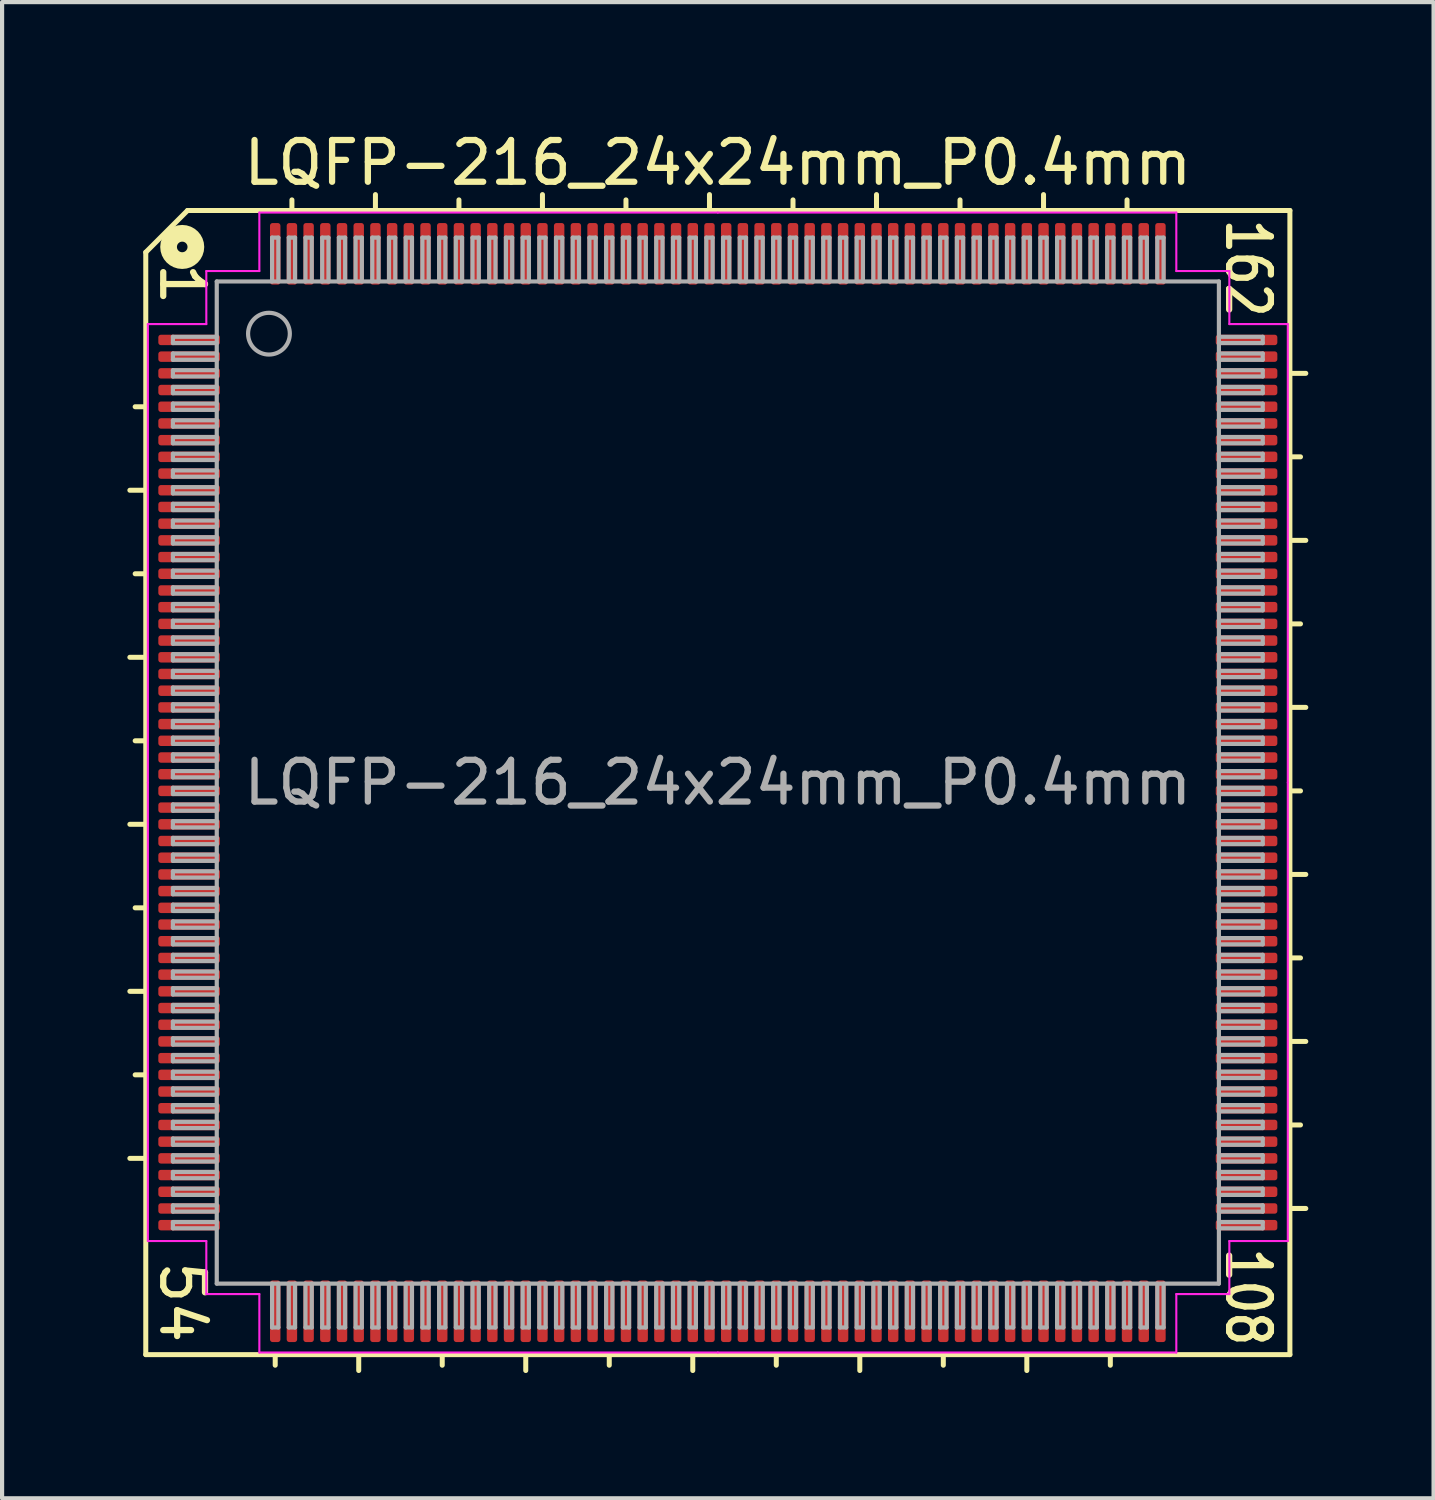
<source format=kicad_pcb>
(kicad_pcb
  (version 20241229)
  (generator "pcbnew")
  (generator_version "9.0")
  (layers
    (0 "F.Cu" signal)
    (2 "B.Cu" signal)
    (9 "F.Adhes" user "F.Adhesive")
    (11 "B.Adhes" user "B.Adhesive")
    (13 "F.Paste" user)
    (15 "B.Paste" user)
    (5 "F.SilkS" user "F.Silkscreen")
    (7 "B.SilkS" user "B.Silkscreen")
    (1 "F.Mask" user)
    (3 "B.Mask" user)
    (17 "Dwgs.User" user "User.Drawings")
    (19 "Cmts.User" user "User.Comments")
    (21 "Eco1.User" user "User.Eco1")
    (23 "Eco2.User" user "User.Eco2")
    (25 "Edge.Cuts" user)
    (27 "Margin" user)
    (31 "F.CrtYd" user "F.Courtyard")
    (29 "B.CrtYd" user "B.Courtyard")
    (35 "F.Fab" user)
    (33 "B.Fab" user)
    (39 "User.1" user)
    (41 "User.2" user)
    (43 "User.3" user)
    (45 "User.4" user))
  (footprint "LQFP-216_24x24mm_P0.4mm"
    (layer "F.Cu")
    (at 14.141 15.691)
    (property "Reference" "LQFP-216_24x24mm_P0.4mm" (at 0 -14.843 0) (layer "F.SilkS") (effects (font (size 1 1) (thickness 0.15))))
    (attr smd)
    (fp_line (start -14.081 -7) (end -13.7 -7) (stroke (width 0.12) (type solid)) (layer "F.SilkS"))
    (fp_line (start -14.081 -3) (end -13.7 -3) (stroke (width 0.12) (type solid)) (layer "F.SilkS"))
    (fp_line (start -14.081 1) (end -13.7 1) (stroke (width 0.12) (type solid)) (layer "F.SilkS"))
    (fp_line (start -14.081 5) (end -13.7 5) (stroke (width 0.12) (type solid)) (layer "F.SilkS"))
    (fp_line (start -14.081 9) (end -13.7 9) (stroke (width 0.12) (type solid)) (layer "F.SilkS"))
    (fp_line (start -13.954 -9) (end -13.7 -9) (stroke (width 0.12) (type solid)) (layer "F.SilkS"))
    (fp_line (start -13.954 -5) (end -13.7 -5) (stroke (width 0.12) (type solid)) (layer "F.SilkS"))
    (fp_line (start -13.954 -1) (end -13.7 -1) (stroke (width 0.12) (type solid)) (layer "F.SilkS"))
    (fp_line (start -13.954 3) (end -13.7 3) (stroke (width 0.12) (type solid)) (layer "F.SilkS"))
    (fp_line (start -13.954 7) (end -13.7 7) (stroke (width 0.12) (type solid)) (layer "F.SilkS"))
    (fp_line (start -13.7 -12.7) (end -13.7 13.7) (stroke (width 0.12) (type solid)) (layer "F.SilkS"))
    (fp_line (start -13.7 13.7) (end 13.7 13.7) (stroke (width 0.12) (type solid)) (layer "F.SilkS"))
    (fp_line (start -12.7 -13.7) (end -13.7 -12.7) (stroke (width 0.12) (type solid)) (layer "F.SilkS"))
    (fp_line (start -10.6 13.954) (end -10.6 13.7) (stroke (width 0.12) (type solid)) (layer "F.SilkS"))
    (fp_line (start -10.2 -13.7) (end -10.2 -13.954) (stroke (width 0.12) (type solid)) (layer "F.SilkS"))
    (fp_line (start -8.6 14.081) (end -8.6 13.7) (stroke (width 0.12) (type solid)) (layer "F.SilkS"))
    (fp_line (start -8.2 -13.7) (end -8.2 -14.081) (stroke (width 0.12) (type solid)) (layer "F.SilkS"))
    (fp_line (start -6.6 13.954) (end -6.6 13.7) (stroke (width 0.12) (type solid)) (layer "F.SilkS"))
    (fp_line (start -6.2 -13.7) (end -6.2 -13.954) (stroke (width 0.12) (type solid)) (layer "F.SilkS"))
    (fp_line (start -4.6 14.081) (end -4.6 13.7) (stroke (width 0.12) (type solid)) (layer "F.SilkS"))
    (fp_line (start -4.2 -13.7) (end -4.2 -14.081) (stroke (width 0.12) (type solid)) (layer "F.SilkS"))
    (fp_line (start -2.6 13.954) (end -2.6 13.7) (stroke (width 0.12) (type solid)) (layer "F.SilkS"))
    (fp_line (start -2.2 -13.7) (end -2.2 -13.954) (stroke (width 0.12) (type solid)) (layer "F.SilkS"))
    (fp_line (start -0.6 14.081) (end -0.6 13.7) (stroke (width 0.12) (type solid)) (layer "F.SilkS"))
    (fp_line (start -0.2 -13.7) (end -0.2 -14.081) (stroke (width 0.12) (type solid)) (layer "F.SilkS"))
    (fp_line (start 1.4 13.954) (end 1.4 13.7) (stroke (width 0.12) (type solid)) (layer "F.SilkS"))
    (fp_line (start 1.8 -13.7) (end 1.8 -13.954) (stroke (width 0.12) (type solid)) (layer "F.SilkS"))
    (fp_line (start 3.4 14.081) (end 3.4 13.7) (stroke (width 0.12) (type solid)) (layer "F.SilkS"))
    (fp_line (start 3.8 -13.7) (end 3.8 -14.081) (stroke (width 0.12) (type solid)) (layer "F.SilkS"))
    (fp_line (start 5.4 13.954) (end 5.4 13.7) (stroke (width 0.12) (type solid)) (layer "F.SilkS"))
    (fp_line (start 5.8 -13.7) (end 5.8 -13.954) (stroke (width 0.12) (type solid)) (layer "F.SilkS"))
    (fp_line (start 7.4 14.081) (end 7.4 13.7) (stroke (width 0.12) (type solid)) (layer "F.SilkS"))
    (fp_line (start 7.8 -13.7) (end 7.8 -14.081) (stroke (width 0.12) (type solid)) (layer "F.SilkS"))
    (fp_line (start 9.4 13.954) (end 9.4 13.7) (stroke (width 0.12) (type solid)) (layer "F.SilkS"))
    (fp_line (start 9.8 -13.7) (end 9.8 -13.954) (stroke (width 0.12) (type solid)) (layer "F.SilkS"))
    (fp_line (start 13.7 -13.7) (end -12.7 -13.7) (stroke (width 0.12) (type solid)) (layer "F.SilkS"))
    (fp_line (start 13.7 -9.8) (end 14.081 -9.8) (stroke (width 0.12) (type solid)) (layer "F.SilkS"))
    (fp_line (start 13.7 -7.8) (end 13.954 -7.8) (stroke (width 0.12) (type solid)) (layer "F.SilkS"))
    (fp_line (start 13.7 -5.8) (end 14.081 -5.8) (stroke (width 0.12) (type solid)) (layer "F.SilkS"))
    (fp_line (start 13.7 -3.8) (end 13.954 -3.8) (stroke (width 0.12) (type solid)) (layer "F.SilkS"))
    (fp_line (start 13.7 -1.8) (end 14.081 -1.8) (stroke (width 0.12) (type solid)) (layer "F.SilkS"))
    (fp_line (start 13.7 0.2) (end 13.954 0.2) (stroke (width 0.12) (type solid)) (layer "F.SilkS"))
    (fp_line (start 13.7 2.2) (end 14.081 2.2) (stroke (width 0.12) (type solid)) (layer "F.SilkS"))
    (fp_line (start 13.7 4.2) (end 13.954 4.2) (stroke (width 0.12) (type solid)) (layer "F.SilkS"))
    (fp_line (start 13.7 6.2) (end 14.081 6.2) (stroke (width 0.12) (type solid)) (layer "F.SilkS"))
    (fp_line (start 13.7 8.2) (end 13.954 8.2) (stroke (width 0.12) (type solid)) (layer "F.SilkS"))
    (fp_line (start 13.7 10.2) (end 14.081 10.2) (stroke (width 0.12) (type solid)) (layer "F.SilkS"))
    (fp_line (start 13.7 13.7) (end 13.7 -13.7) (stroke (width 0.12) (type solid)) (layer "F.SilkS"))
    (fp_circle (center -12.827 -12.827) (end -12.7 -12.827) (stroke (width 0.4) (type solid)) (fill no) (layer "F.SilkS"))
    (fp_line (start -13.65 -10.98) (end -13.65 0) (stroke (width 0.05) (type solid)) (layer "F.CrtYd"))
    (fp_line (start -13.65 10.98) (end -13.65 0) (stroke (width 0.05) (type solid)) (layer "F.CrtYd"))
    (fp_line (start -12.25 -12.25) (end -12.25 -10.98) (stroke (width 0.05) (type solid)) (layer "F.CrtYd"))
    (fp_line (start -12.25 -10.98) (end -13.65 -10.98) (stroke (width 0.05) (type solid)) (layer "F.CrtYd"))
    (fp_line (start -12.25 10.98) (end -13.65 10.98) (stroke (width 0.05) (type solid)) (layer "F.CrtYd"))
    (fp_line (start -12.25 12.25) (end -12.25 10.98) (stroke (width 0.05) (type solid)) (layer "F.CrtYd"))
    (fp_line (start -10.98 -13.65) (end -10.98 -12.25) (stroke (width 0.05) (type solid)) (layer "F.CrtYd"))
    (fp_line (start -10.98 -12.25) (end -12.25 -12.25) (stroke (width 0.05) (type solid)) (layer "F.CrtYd"))
    (fp_line (start -10.98 12.25) (end -12.25 12.25) (stroke (width 0.05) (type solid)) (layer "F.CrtYd"))
    (fp_line (start -10.98 13.65) (end -10.98 12.25) (stroke (width 0.05) (type solid)) (layer "F.CrtYd"))
    (fp_line (start 0 -13.65) (end -10.98 -13.65) (stroke (width 0.05) (type solid)) (layer "F.CrtYd"))
    (fp_line (start 0 -13.65) (end 10.98 -13.65) (stroke (width 0.05) (type solid)) (layer "F.CrtYd"))
    (fp_line (start 0 13.65) (end -10.98 13.65) (stroke (width 0.05) (type solid)) (layer "F.CrtYd"))
    (fp_line (start 0 13.65) (end 10.98 13.65) (stroke (width 0.05) (type solid)) (layer "F.CrtYd"))
    (fp_line (start 10.98 -13.65) (end 10.98 -12.25) (stroke (width 0.05) (type solid)) (layer "F.CrtYd"))
    (fp_line (start 10.98 -12.25) (end 12.25 -12.25) (stroke (width 0.05) (type solid)) (layer "F.CrtYd"))
    (fp_line (start 10.98 12.25) (end 12.25 12.25) (stroke (width 0.05) (type solid)) (layer "F.CrtYd"))
    (fp_line (start 10.98 13.65) (end 10.98 12.25) (stroke (width 0.05) (type solid)) (layer "F.CrtYd"))
    (fp_line (start 12.25 -12.25) (end 12.25 -10.98) (stroke (width 0.05) (type solid)) (layer "F.CrtYd"))
    (fp_line (start 12.25 -10.98) (end 13.65 -10.98) (stroke (width 0.05) (type solid)) (layer "F.CrtYd"))
    (fp_line (start 12.25 10.98) (end 13.65 10.98) (stroke (width 0.05) (type solid)) (layer "F.CrtYd"))
    (fp_line (start 12.25 12.25) (end 12.25 10.98) (stroke (width 0.05) (type solid)) (layer "F.CrtYd"))
    (fp_line (start 13.65 -10.98) (end 13.65 0) (stroke (width 0.05) (type solid)) (layer "F.CrtYd"))
    (fp_line (start 13.65 10.98) (end 13.65 0) (stroke (width 0.05) (type solid)) (layer "F.CrtYd"))
    (fp_line (start -13.05 -10.675) (end -13.05 -10.525) (stroke (width 0.1) (type solid)) (layer "F.Fab"))
    (fp_line (start -13.05 -10.675) (end -12 -10.675) (stroke (width 0.1) (type solid)) (layer "F.Fab"))
    (fp_line (start -13.05 -10.525) (end -12 -10.525) (stroke (width 0.1) (type solid)) (layer "F.Fab"))
    (fp_line (start -13.05 -10.275) (end -13.05 -10.125) (stroke (width 0.1) (type solid)) (layer "F.Fab"))
    (fp_line (start -13.05 -10.275) (end -12 -10.275) (stroke (width 0.1) (type solid)) (layer "F.Fab"))
    (fp_line (start -13.05 -10.125) (end -12 -10.125) (stroke (width 0.1) (type solid)) (layer "F.Fab"))
    (fp_line (start -13.05 -9.875) (end -13.05 -9.725) (stroke (width 0.1) (type solid)) (layer "F.Fab"))
    (fp_line (start -13.05 -9.875) (end -12 -9.875) (stroke (width 0.1) (type solid)) (layer "F.Fab"))
    (fp_line (start -13.05 -9.725) (end -12 -9.725) (stroke (width 0.1) (type solid)) (layer "F.Fab"))
    (fp_line (start -13.05 -9.475) (end -13.05 -9.325) (stroke (width 0.1) (type solid)) (layer "F.Fab"))
    (fp_line (start -13.05 -9.475) (end -12 -9.475) (stroke (width 0.1) (type solid)) (layer "F.Fab"))
    (fp_line (start -13.05 -9.325) (end -12 -9.325) (stroke (width 0.1) (type solid)) (layer "F.Fab"))
    (fp_line (start -13.05 -9.075) (end -13.05 -8.925) (stroke (width 0.1) (type solid)) (layer "F.Fab"))
    (fp_line (start -13.05 -9.075) (end -12 -9.075) (stroke (width 0.1) (type solid)) (layer "F.Fab"))
    (fp_line (start -13.05 -8.925) (end -12 -8.925) (stroke (width 0.1) (type solid)) (layer "F.Fab"))
    (fp_line (start -13.05 -8.675) (end -13.05 -8.525) (stroke (width 0.1) (type solid)) (layer "F.Fab"))
    (fp_line (start -13.05 -8.675) (end -12 -8.675) (stroke (width 0.1) (type solid)) (layer "F.Fab"))
    (fp_line (start -13.05 -8.525) (end -12 -8.525) (stroke (width 0.1) (type solid)) (layer "F.Fab"))
    (fp_line (start -13.05 -8.275) (end -13.05 -8.125) (stroke (width 0.1) (type solid)) (layer "F.Fab"))
    (fp_line (start -13.05 -8.275) (end -12 -8.275) (stroke (width 0.1) (type solid)) (layer "F.Fab"))
    (fp_line (start -13.05 -8.125) (end -12 -8.125) (stroke (width 0.1) (type solid)) (layer "F.Fab"))
    (fp_line (start -13.05 -7.875) (end -13.05 -7.725) (stroke (width 0.1) (type solid)) (layer "F.Fab"))
    (fp_line (start -13.05 -7.875) (end -12 -7.875) (stroke (width 0.1) (type solid)) (layer "F.Fab"))
    (fp_line (start -13.05 -7.725) (end -12 -7.725) (stroke (width 0.1) (type solid)) (layer "F.Fab"))
    (fp_line (start -13.05 -7.475) (end -13.05 -7.325) (stroke (width 0.1) (type solid)) (layer "F.Fab"))
    (fp_line (start -13.05 -7.475) (end -12 -7.475) (stroke (width 0.1) (type solid)) (layer "F.Fab"))
    (fp_line (start -13.05 -7.325) (end -12 -7.325) (stroke (width 0.1) (type solid)) (layer "F.Fab"))
    (fp_line (start -13.05 -7.075) (end -13.05 -6.925) (stroke (width 0.1) (type solid)) (layer "F.Fab"))
    (fp_line (start -13.05 -7.075) (end -12 -7.075) (stroke (width 0.1) (type solid)) (layer "F.Fab"))
    (fp_line (start -13.05 -6.925) (end -12 -6.925) (stroke (width 0.1) (type solid)) (layer "F.Fab"))
    (fp_line (start -13.05 -6.675) (end -13.05 -6.525) (stroke (width 0.1) (type solid)) (layer "F.Fab"))
    (fp_line (start -13.05 -6.675) (end -12 -6.675) (stroke (width 0.1) (type solid)) (layer "F.Fab"))
    (fp_line (start -13.05 -6.525) (end -12 -6.525) (stroke (width 0.1) (type solid)) (layer "F.Fab"))
    (fp_line (start -13.05 -6.275) (end -13.05 -6.125) (stroke (width 0.1) (type solid)) (layer "F.Fab"))
    (fp_line (start -13.05 -6.275) (end -12 -6.275) (stroke (width 0.1) (type solid)) (layer "F.Fab"))
    (fp_line (start -13.05 -6.125) (end -12 -6.125) (stroke (width 0.1) (type solid)) (layer "F.Fab"))
    (fp_line (start -13.05 -5.875) (end -13.05 -5.725) (stroke (width 0.1) (type solid)) (layer "F.Fab"))
    (fp_line (start -13.05 -5.875) (end -12 -5.875) (stroke (width 0.1) (type solid)) (layer "F.Fab"))
    (fp_line (start -13.05 -5.725) (end -12 -5.725) (stroke (width 0.1) (type solid)) (layer "F.Fab"))
    (fp_line (start -13.05 -5.475) (end -13.05 -5.325) (stroke (width 0.1) (type solid)) (layer "F.Fab"))
    (fp_line (start -13.05 -5.475) (end -12 -5.475) (stroke (width 0.1) (type solid)) (layer "F.Fab"))
    (fp_line (start -13.05 -5.325) (end -12 -5.325) (stroke (width 0.1) (type solid)) (layer "F.Fab"))
    (fp_line (start -13.05 -5.075) (end -13.05 -4.925) (stroke (width 0.1) (type solid)) (layer "F.Fab"))
    (fp_line (start -13.05 -5.075) (end -12 -5.075) (stroke (width 0.1) (type solid)) (layer "F.Fab"))
    (fp_line (start -13.05 -4.925) (end -12 -4.925) (stroke (width 0.1) (type solid)) (layer "F.Fab"))
    (fp_line (start -13.05 -4.675) (end -13.05 -4.525) (stroke (width 0.1) (type solid)) (layer "F.Fab"))
    (fp_line (start -13.05 -4.675) (end -12 -4.675) (stroke (width 0.1) (type solid)) (layer "F.Fab"))
    (fp_line (start -13.05 -4.525) (end -12 -4.525) (stroke (width 0.1) (type solid)) (layer "F.Fab"))
    (fp_line (start -13.05 -4.275) (end -13.05 -4.125) (stroke (width 0.1) (type solid)) (layer "F.Fab"))
    (fp_line (start -13.05 -4.275) (end -12 -4.275) (stroke (width 0.1) (type solid)) (layer "F.Fab"))
    (fp_line (start -13.05 -4.125) (end -12 -4.125) (stroke (width 0.1) (type solid)) (layer "F.Fab"))
    (fp_line (start -13.05 -3.875) (end -13.05 -3.725) (stroke (width 0.1) (type solid)) (layer "F.Fab"))
    (fp_line (start -13.05 -3.875) (end -12 -3.875) (stroke (width 0.1) (type solid)) (layer "F.Fab"))
    (fp_line (start -13.05 -3.725) (end -12 -3.725) (stroke (width 0.1) (type solid)) (layer "F.Fab"))
    (fp_line (start -13.05 -3.475) (end -13.05 -3.325) (stroke (width 0.1) (type solid)) (layer "F.Fab"))
    (fp_line (start -13.05 -3.475) (end -12 -3.475) (stroke (width 0.1) (type solid)) (layer "F.Fab"))
    (fp_line (start -13.05 -3.325) (end -12 -3.325) (stroke (width 0.1) (type solid)) (layer "F.Fab"))
    (fp_line (start -13.05 -3.075) (end -13.05 -2.925) (stroke (width 0.1) (type solid)) (layer "F.Fab"))
    (fp_line (start -13.05 -3.075) (end -12 -3.075) (stroke (width 0.1) (type solid)) (layer "F.Fab"))
    (fp_line (start -13.05 -2.925) (end -12 -2.925) (stroke (width 0.1) (type solid)) (layer "F.Fab"))
    (fp_line (start -13.05 -2.675) (end -13.05 -2.525) (stroke (width 0.1) (type solid)) (layer "F.Fab"))
    (fp_line (start -13.05 -2.675) (end -12 -2.675) (stroke (width 0.1) (type solid)) (layer "F.Fab"))
    (fp_line (start -13.05 -2.525) (end -12 -2.525) (stroke (width 0.1) (type solid)) (layer "F.Fab"))
    (fp_line (start -13.05 -2.275) (end -13.05 -2.125) (stroke (width 0.1) (type solid)) (layer "F.Fab"))
    (fp_line (start -13.05 -2.275) (end -12 -2.275) (stroke (width 0.1) (type solid)) (layer "F.Fab"))
    (fp_line (start -13.05 -2.125) (end -12 -2.125) (stroke (width 0.1) (type solid)) (layer "F.Fab"))
    (fp_line (start -13.05 -1.875) (end -13.05 -1.725) (stroke (width 0.1) (type solid)) (layer "F.Fab"))
    (fp_line (start -13.05 -1.875) (end -12 -1.875) (stroke (width 0.1) (type solid)) (layer "F.Fab"))
    (fp_line (start -13.05 -1.725) (end -12 -1.725) (stroke (width 0.1) (type solid)) (layer "F.Fab"))
    (fp_line (start -13.05 -1.475) (end -13.05 -1.325) (stroke (width 0.1) (type solid)) (layer "F.Fab"))
    (fp_line (start -13.05 -1.475) (end -12 -1.475) (stroke (width 0.1) (type solid)) (layer "F.Fab"))
    (fp_line (start -13.05 -1.325) (end -12 -1.325) (stroke (width 0.1) (type solid)) (layer "F.Fab"))
    (fp_line (start -13.05 -1.075) (end -13.05 -0.925) (stroke (width 0.1) (type solid)) (layer "F.Fab"))
    (fp_line (start -13.05 -1.075) (end -12 -1.075) (stroke (width 0.1) (type solid)) (layer "F.Fab"))
    (fp_line (start -13.05 -0.925) (end -12 -0.925) (stroke (width 0.1) (type solid)) (layer "F.Fab"))
    (fp_line (start -13.05 -0.675) (end -13.05 -0.525) (stroke (width 0.1) (type solid)) (layer "F.Fab"))
    (fp_line (start -13.05 -0.675) (end -12 -0.675) (stroke (width 0.1) (type solid)) (layer "F.Fab"))
    (fp_line (start -13.05 -0.525) (end -12 -0.525) (stroke (width 0.1) (type solid)) (layer "F.Fab"))
    (fp_line (start -13.05 -0.275) (end -13.05 -0.125) (stroke (width 0.1) (type solid)) (layer "F.Fab"))
    (fp_line (start -13.05 -0.275) (end -12 -0.275) (stroke (width 0.1) (type solid)) (layer "F.Fab"))
    (fp_line (start -13.05 -0.125) (end -12 -0.125) (stroke (width 0.1) (type solid)) (layer "F.Fab"))
    (fp_line (start -13.05 0.125) (end -13.05 0.275) (stroke (width 0.1) (type solid)) (layer "F.Fab"))
    (fp_line (start -13.05 0.125) (end -12 0.125) (stroke (width 0.1) (type solid)) (layer "F.Fab"))
    (fp_line (start -13.05 0.275) (end -12 0.275) (stroke (width 0.1) (type solid)) (layer "F.Fab"))
    (fp_line (start -13.05 0.525) (end -13.05 0.675) (stroke (width 0.1) (type solid)) (layer "F.Fab"))
    (fp_line (start -13.05 0.525) (end -12 0.525) (stroke (width 0.1) (type solid)) (layer "F.Fab"))
    (fp_line (start -13.05 0.675) (end -12 0.675) (stroke (width 0.1) (type solid)) (layer "F.Fab"))
    (fp_line (start -13.05 0.925) (end -13.05 1.075) (stroke (width 0.1) (type solid)) (layer "F.Fab"))
    (fp_line (start -13.05 0.925) (end -12 0.925) (stroke (width 0.1) (type solid)) (layer "F.Fab"))
    (fp_line (start -13.05 1.075) (end -12 1.075) (stroke (width 0.1) (type solid)) (layer "F.Fab"))
    (fp_line (start -13.05 1.325) (end -13.05 1.475) (stroke (width 0.1) (type solid)) (layer "F.Fab"))
    (fp_line (start -13.05 1.325) (end -12 1.325) (stroke (width 0.1) (type solid)) (layer "F.Fab"))
    (fp_line (start -13.05 1.475) (end -12 1.475) (stroke (width 0.1) (type solid)) (layer "F.Fab"))
    (fp_line (start -13.05 1.725) (end -13.05 1.875) (stroke (width 0.1) (type solid)) (layer "F.Fab"))
    (fp_line (start -13.05 1.725) (end -12 1.725) (stroke (width 0.1) (type solid)) (layer "F.Fab"))
    (fp_line (start -13.05 1.875) (end -12 1.875) (stroke (width 0.1) (type solid)) (layer "F.Fab"))
    (fp_line (start -13.05 2.125) (end -13.05 2.275) (stroke (width 0.1) (type solid)) (layer "F.Fab"))
    (fp_line (start -13.05 2.125) (end -12 2.125) (stroke (width 0.1) (type solid)) (layer "F.Fab"))
    (fp_line (start -13.05 2.275) (end -12 2.275) (stroke (width 0.1) (type solid)) (layer "F.Fab"))
    (fp_line (start -13.05 2.525) (end -13.05 2.675) (stroke (width 0.1) (type solid)) (layer "F.Fab"))
    (fp_line (start -13.05 2.525) (end -12 2.525) (stroke (width 0.1) (type solid)) (layer "F.Fab"))
    (fp_line (start -13.05 2.675) (end -12 2.675) (stroke (width 0.1) (type solid)) (layer "F.Fab"))
    (fp_line (start -13.05 2.925) (end -13.05 3.075) (stroke (width 0.1) (type solid)) (layer "F.Fab"))
    (fp_line (start -13.05 2.925) (end -12 2.925) (stroke (width 0.1) (type solid)) (layer "F.Fab"))
    (fp_line (start -13.05 3.075) (end -12 3.075) (stroke (width 0.1) (type solid)) (layer "F.Fab"))
    (fp_line (start -13.05 3.325) (end -13.05 3.475) (stroke (width 0.1) (type solid)) (layer "F.Fab"))
    (fp_line (start -13.05 3.325) (end -12 3.325) (stroke (width 0.1) (type solid)) (layer "F.Fab"))
    (fp_line (start -13.05 3.475) (end -12 3.475) (stroke (width 0.1) (type solid)) (layer "F.Fab"))
    (fp_line (start -13.05 3.725) (end -13.05 3.875) (stroke (width 0.1) (type solid)) (layer "F.Fab"))
    (fp_line (start -13.05 3.725) (end -12 3.725) (stroke (width 0.1) (type solid)) (layer "F.Fab"))
    (fp_line (start -13.05 3.875) (end -12 3.875) (stroke (width 0.1) (type solid)) (layer "F.Fab"))
    (fp_line (start -13.05 4.125) (end -13.05 4.275) (stroke (width 0.1) (type solid)) (layer "F.Fab"))
    (fp_line (start -13.05 4.125) (end -12 4.125) (stroke (width 0.1) (type solid)) (layer "F.Fab"))
    (fp_line (start -13.05 4.275) (end -12 4.275) (stroke (width 0.1) (type solid)) (layer "F.Fab"))
    (fp_line (start -13.05 4.525) (end -13.05 4.675) (stroke (width 0.1) (type solid)) (layer "F.Fab"))
    (fp_line (start -13.05 4.525) (end -12 4.525) (stroke (width 0.1) (type solid)) (layer "F.Fab"))
    (fp_line (start -13.05 4.675) (end -12 4.675) (stroke (width 0.1) (type solid)) (layer "F.Fab"))
    (fp_line (start -13.05 4.925) (end -13.05 5.075) (stroke (width 0.1) (type solid)) (layer "F.Fab"))
    (fp_line (start -13.05 4.925) (end -12 4.925) (stroke (width 0.1) (type solid)) (layer "F.Fab"))
    (fp_line (start -13.05 5.075) (end -12 5.075) (stroke (width 0.1) (type solid)) (layer "F.Fab"))
    (fp_line (start -13.05 5.325) (end -13.05 5.475) (stroke (width 0.1) (type solid)) (layer "F.Fab"))
    (fp_line (start -13.05 5.325) (end -12 5.325) (stroke (width 0.1) (type solid)) (layer "F.Fab"))
    (fp_line (start -13.05 5.475) (end -12 5.475) (stroke (width 0.1) (type solid)) (layer "F.Fab"))
    (fp_line (start -13.05 5.725) (end -13.05 5.875) (stroke (width 0.1) (type solid)) (layer "F.Fab"))
    (fp_line (start -13.05 5.725) (end -12 5.725) (stroke (width 0.1) (type solid)) (layer "F.Fab"))
    (fp_line (start -13.05 5.875) (end -12 5.875) (stroke (width 0.1) (type solid)) (layer "F.Fab"))
    (fp_line (start -13.05 6.125) (end -13.05 6.275) (stroke (width 0.1) (type solid)) (layer "F.Fab"))
    (fp_line (start -13.05 6.125) (end -12 6.125) (stroke (width 0.1) (type solid)) (layer "F.Fab"))
    (fp_line (start -13.05 6.275) (end -12 6.275) (stroke (width 0.1) (type solid)) (layer "F.Fab"))
    (fp_line (start -13.05 6.525) (end -13.05 6.675) (stroke (width 0.1) (type solid)) (layer "F.Fab"))
    (fp_line (start -13.05 6.525) (end -12 6.525) (stroke (width 0.1) (type solid)) (layer "F.Fab"))
    (fp_line (start -13.05 6.675) (end -12 6.675) (stroke (width 0.1) (type solid)) (layer "F.Fab"))
    (fp_line (start -13.05 6.925) (end -13.05 7.075) (stroke (width 0.1) (type solid)) (layer "F.Fab"))
    (fp_line (start -13.05 6.925) (end -12 6.925) (stroke (width 0.1) (type solid)) (layer "F.Fab"))
    (fp_line (start -13.05 7.075) (end -12 7.075) (stroke (width 0.1) (type solid)) (layer "F.Fab"))
    (fp_line (start -13.05 7.325) (end -13.05 7.475) (stroke (width 0.1) (type solid)) (layer "F.Fab"))
    (fp_line (start -13.05 7.325) (end -12 7.325) (stroke (width 0.1) (type solid)) (layer "F.Fab"))
    (fp_line (start -13.05 7.475) (end -12 7.475) (stroke (width 0.1) (type solid)) (layer "F.Fab"))
    (fp_line (start -13.05 7.725) (end -13.05 7.875) (stroke (width 0.1) (type solid)) (layer "F.Fab"))
    (fp_line (start -13.05 7.725) (end -12 7.725) (stroke (width 0.1) (type solid)) (layer "F.Fab"))
    (fp_line (start -13.05 7.875) (end -12 7.875) (stroke (width 0.1) (type solid)) (layer "F.Fab"))
    (fp_line (start -13.05 8.125) (end -13.05 8.275) (stroke (width 0.1) (type solid)) (layer "F.Fab"))
    (fp_line (start -13.05 8.125) (end -12 8.125) (stroke (width 0.1) (type solid)) (layer "F.Fab"))
    (fp_line (start -13.05 8.275) (end -12 8.275) (stroke (width 0.1) (type solid)) (layer "F.Fab"))
    (fp_line (start -13.05 8.525) (end -13.05 8.675) (stroke (width 0.1) (type solid)) (layer "F.Fab"))
    (fp_line (start -13.05 8.525) (end -12 8.525) (stroke (width 0.1) (type solid)) (layer "F.Fab"))
    (fp_line (start -13.05 8.675) (end -12 8.675) (stroke (width 0.1) (type solid)) (layer "F.Fab"))
    (fp_line (start -13.05 8.925) (end -13.05 9.075) (stroke (width 0.1) (type solid)) (layer "F.Fab"))
    (fp_line (start -13.05 8.925) (end -12 8.925) (stroke (width 0.1) (type solid)) (layer "F.Fab"))
    (fp_line (start -13.05 9.075) (end -12 9.075) (stroke (width 0.1) (type solid)) (layer "F.Fab"))
    (fp_line (start -13.05 9.325) (end -13.05 9.475) (stroke (width 0.1) (type solid)) (layer "F.Fab"))
    (fp_line (start -13.05 9.325) (end -12 9.325) (stroke (width 0.1) (type solid)) (layer "F.Fab"))
    (fp_line (start -13.05 9.475) (end -12 9.475) (stroke (width 0.1) (type solid)) (layer "F.Fab"))
    (fp_line (start -13.05 9.725) (end -13.05 9.875) (stroke (width 0.1) (type solid)) (layer "F.Fab"))
    (fp_line (start -13.05 9.725) (end -12 9.725) (stroke (width 0.1) (type solid)) (layer "F.Fab"))
    (fp_line (start -13.05 9.875) (end -12 9.875) (stroke (width 0.1) (type solid)) (layer "F.Fab"))
    (fp_line (start -13.05 10.125) (end -13.05 10.275) (stroke (width 0.1) (type solid)) (layer "F.Fab"))
    (fp_line (start -13.05 10.125) (end -12 10.125) (stroke (width 0.1) (type solid)) (layer "F.Fab"))
    (fp_line (start -13.05 10.275) (end -12 10.275) (stroke (width 0.1) (type solid)) (layer "F.Fab"))
    (fp_line (start -13.05 10.525) (end -13.05 10.675) (stroke (width 0.1) (type solid)) (layer "F.Fab"))
    (fp_line (start -13.05 10.525) (end -12 10.525) (stroke (width 0.1) (type solid)) (layer "F.Fab"))
    (fp_line (start -13.05 10.675) (end -12 10.675) (stroke (width 0.1) (type solid)) (layer "F.Fab"))
    (fp_line (start -12 -12) (end 12 -12) (stroke (width 0.1) (type solid)) (layer "F.Fab"))
    (fp_line (start -12 12) (end -12 -12) (stroke (width 0.1) (type solid)) (layer "F.Fab"))
    (fp_line (start -10.675 -13.05) (end -10.675 -12) (stroke (width 0.1) (type solid)) (layer "F.Fab"))
    (fp_line (start -10.675 13.05) (end -10.675 12) (stroke (width 0.1) (type solid)) (layer "F.Fab"))
    (fp_line (start -10.675 13.05) (end -10.525 13.05) (stroke (width 0.1) (type solid)) (layer "F.Fab"))
    (fp_line (start -10.525 -13.05) (end -10.675 -13.05) (stroke (width 0.1) (type solid)) (layer "F.Fab"))
    (fp_line (start -10.525 -13.05) (end -10.525 -12) (stroke (width 0.1) (type solid)) (layer "F.Fab"))
    (fp_line (start -10.525 13.05) (end -10.525 12) (stroke (width 0.1) (type solid)) (layer "F.Fab"))
    (fp_line (start -10.275 -13.05) (end -10.275 -12) (stroke (width 0.1) (type solid)) (layer "F.Fab"))
    (fp_line (start -10.275 13.05) (end -10.275 12) (stroke (width 0.1) (type solid)) (layer "F.Fab"))
    (fp_line (start -10.275 13.05) (end -10.125 13.05) (stroke (width 0.1) (type solid)) (layer "F.Fab"))
    (fp_line (start -10.125 -13.05) (end -10.275 -13.05) (stroke (width 0.1) (type solid)) (layer "F.Fab"))
    (fp_line (start -10.125 -13.05) (end -10.125 -12) (stroke (width 0.1) (type solid)) (layer "F.Fab"))
    (fp_line (start -10.125 13.05) (end -10.125 12) (stroke (width 0.1) (type solid)) (layer "F.Fab"))
    (fp_line (start -9.875 -13.05) (end -9.875 -12) (stroke (width 0.1) (type solid)) (layer "F.Fab"))
    (fp_line (start -9.875 13.05) (end -9.875 12) (stroke (width 0.1) (type solid)) (layer "F.Fab"))
    (fp_line (start -9.875 13.05) (end -9.725 13.05) (stroke (width 0.1) (type solid)) (layer "F.Fab"))
    (fp_line (start -9.725 -13.05) (end -9.875 -13.05) (stroke (width 0.1) (type solid)) (layer "F.Fab"))
    (fp_line (start -9.725 -13.05) (end -9.725 -12) (stroke (width 0.1) (type solid)) (layer "F.Fab"))
    (fp_line (start -9.725 13.05) (end -9.725 12) (stroke (width 0.1) (type solid)) (layer "F.Fab"))
    (fp_line (start -9.475 -13.05) (end -9.475 -12) (stroke (width 0.1) (type solid)) (layer "F.Fab"))
    (fp_line (start -9.475 13.05) (end -9.475 12) (stroke (width 0.1) (type solid)) (layer "F.Fab"))
    (fp_line (start -9.475 13.05) (end -9.325 13.05) (stroke (width 0.1) (type solid)) (layer "F.Fab"))
    (fp_line (start -9.325 -13.05) (end -9.475 -13.05) (stroke (width 0.1) (type solid)) (layer "F.Fab"))
    (fp_line (start -9.325 -13.05) (end -9.325 -12) (stroke (width 0.1) (type solid)) (layer "F.Fab"))
    (fp_line (start -9.325 13.05) (end -9.325 12) (stroke (width 0.1) (type solid)) (layer "F.Fab"))
    (fp_line (start -9.075 -13.05) (end -9.075 -12) (stroke (width 0.1) (type solid)) (layer "F.Fab"))
    (fp_line (start -9.075 13.05) (end -9.075 12) (stroke (width 0.1) (type solid)) (layer "F.Fab"))
    (fp_line (start -9.075 13.05) (end -8.925 13.05) (stroke (width 0.1) (type solid)) (layer "F.Fab"))
    (fp_line (start -8.925 -13.05) (end -9.075 -13.05) (stroke (width 0.1) (type solid)) (layer "F.Fab"))
    (fp_line (start -8.925 -13.05) (end -8.925 -12) (stroke (width 0.1) (type solid)) (layer "F.Fab"))
    (fp_line (start -8.925 13.05) (end -8.925 12) (stroke (width 0.1) (type solid)) (layer "F.Fab"))
    (fp_line (start -8.675 -13.05) (end -8.675 -12) (stroke (width 0.1) (type solid)) (layer "F.Fab"))
    (fp_line (start -8.675 13.05) (end -8.675 12) (stroke (width 0.1) (type solid)) (layer "F.Fab"))
    (fp_line (start -8.675 13.05) (end -8.525 13.05) (stroke (width 0.1) (type solid)) (layer "F.Fab"))
    (fp_line (start -8.525 -13.05) (end -8.675 -13.05) (stroke (width 0.1) (type solid)) (layer "F.Fab"))
    (fp_line (start -8.525 -13.05) (end -8.525 -12) (stroke (width 0.1) (type solid)) (layer "F.Fab"))
    (fp_line (start -8.525 13.05) (end -8.525 12) (stroke (width 0.1) (type solid)) (layer "F.Fab"))
    (fp_line (start -8.275 -13.05) (end -8.275 -12) (stroke (width 0.1) (type solid)) (layer "F.Fab"))
    (fp_line (start -8.275 13.05) (end -8.275 12) (stroke (width 0.1) (type solid)) (layer "F.Fab"))
    (fp_line (start -8.275 13.05) (end -8.125 13.05) (stroke (width 0.1) (type solid)) (layer "F.Fab"))
    (fp_line (start -8.125 -13.05) (end -8.275 -13.05) (stroke (width 0.1) (type solid)) (layer "F.Fab"))
    (fp_line (start -8.125 -13.05) (end -8.125 -12) (stroke (width 0.1) (type solid)) (layer "F.Fab"))
    (fp_line (start -8.125 13.05) (end -8.125 12) (stroke (width 0.1) (type solid)) (layer "F.Fab"))
    (fp_line (start -7.875 -13.05) (end -7.875 -12) (stroke (width 0.1) (type solid)) (layer "F.Fab"))
    (fp_line (start -7.875 13.05) (end -7.875 12) (stroke (width 0.1) (type solid)) (layer "F.Fab"))
    (fp_line (start -7.875 13.05) (end -7.725 13.05) (stroke (width 0.1) (type solid)) (layer "F.Fab"))
    (fp_line (start -7.725 -13.05) (end -7.875 -13.05) (stroke (width 0.1) (type solid)) (layer "F.Fab"))
    (fp_line (start -7.725 -13.05) (end -7.725 -12) (stroke (width 0.1) (type solid)) (layer "F.Fab"))
    (fp_line (start -7.725 13.05) (end -7.725 12) (stroke (width 0.1) (type solid)) (layer "F.Fab"))
    (fp_line (start -7.475 -13.05) (end -7.475 -12) (stroke (width 0.1) (type solid)) (layer "F.Fab"))
    (fp_line (start -7.475 13.05) (end -7.475 12) (stroke (width 0.1) (type solid)) (layer "F.Fab"))
    (fp_line (start -7.475 13.05) (end -7.325 13.05) (stroke (width 0.1) (type solid)) (layer "F.Fab"))
    (fp_line (start -7.325 -13.05) (end -7.475 -13.05) (stroke (width 0.1) (type solid)) (layer "F.Fab"))
    (fp_line (start -7.325 -13.05) (end -7.325 -12) (stroke (width 0.1) (type solid)) (layer "F.Fab"))
    (fp_line (start -7.325 13.05) (end -7.325 12) (stroke (width 0.1) (type solid)) (layer "F.Fab"))
    (fp_line (start -7.075 -13.05) (end -7.075 -12) (stroke (width 0.1) (type solid)) (layer "F.Fab"))
    (fp_line (start -7.075 13.05) (end -7.075 12) (stroke (width 0.1) (type solid)) (layer "F.Fab"))
    (fp_line (start -7.075 13.05) (end -6.925 13.05) (stroke (width 0.1) (type solid)) (layer "F.Fab"))
    (fp_line (start -6.925 -13.05) (end -7.075 -13.05) (stroke (width 0.1) (type solid)) (layer "F.Fab"))
    (fp_line (start -6.925 -13.05) (end -6.925 -12) (stroke (width 0.1) (type solid)) (layer "F.Fab"))
    (fp_line (start -6.925 13.05) (end -6.925 12) (stroke (width 0.1) (type solid)) (layer "F.Fab"))
    (fp_line (start -6.675 -13.05) (end -6.675 -12) (stroke (width 0.1) (type solid)) (layer "F.Fab"))
    (fp_line (start -6.675 13.05) (end -6.675 12) (stroke (width 0.1) (type solid)) (layer "F.Fab"))
    (fp_line (start -6.675 13.05) (end -6.525 13.05) (stroke (width 0.1) (type solid)) (layer "F.Fab"))
    (fp_line (start -6.525 -13.05) (end -6.675 -13.05) (stroke (width 0.1) (type solid)) (layer "F.Fab"))
    (fp_line (start -6.525 -13.05) (end -6.525 -12) (stroke (width 0.1) (type solid)) (layer "F.Fab"))
    (fp_line (start -6.525 13.05) (end -6.525 12) (stroke (width 0.1) (type solid)) (layer "F.Fab"))
    (fp_line (start -6.275 -13.05) (end -6.275 -12) (stroke (width 0.1) (type solid)) (layer "F.Fab"))
    (fp_line (start -6.275 13.05) (end -6.275 12) (stroke (width 0.1) (type solid)) (layer "F.Fab"))
    (fp_line (start -6.275 13.05) (end -6.125 13.05) (stroke (width 0.1) (type solid)) (layer "F.Fab"))
    (fp_line (start -6.125 -13.05) (end -6.275 -13.05) (stroke (width 0.1) (type solid)) (layer "F.Fab"))
    (fp_line (start -6.125 -13.05) (end -6.125 -12) (stroke (width 0.1) (type solid)) (layer "F.Fab"))
    (fp_line (start -6.125 13.05) (end -6.125 12) (stroke (width 0.1) (type solid)) (layer "F.Fab"))
    (fp_line (start -5.875 -13.05) (end -5.875 -12) (stroke (width 0.1) (type solid)) (layer "F.Fab"))
    (fp_line (start -5.875 13.05) (end -5.875 12) (stroke (width 0.1) (type solid)) (layer "F.Fab"))
    (fp_line (start -5.875 13.05) (end -5.725 13.05) (stroke (width 0.1) (type solid)) (layer "F.Fab"))
    (fp_line (start -5.725 -13.05) (end -5.875 -13.05) (stroke (width 0.1) (type solid)) (layer "F.Fab"))
    (fp_line (start -5.725 -13.05) (end -5.725 -12) (stroke (width 0.1) (type solid)) (layer "F.Fab"))
    (fp_line (start -5.725 13.05) (end -5.725 12) (stroke (width 0.1) (type solid)) (layer "F.Fab"))
    (fp_line (start -5.475 -13.05) (end -5.475 -12) (stroke (width 0.1) (type solid)) (layer "F.Fab"))
    (fp_line (start -5.475 13.05) (end -5.475 12) (stroke (width 0.1) (type solid)) (layer "F.Fab"))
    (fp_line (start -5.475 13.05) (end -5.325 13.05) (stroke (width 0.1) (type solid)) (layer "F.Fab"))
    (fp_line (start -5.325 -13.05) (end -5.475 -13.05) (stroke (width 0.1) (type solid)) (layer "F.Fab"))
    (fp_line (start -5.325 -13.05) (end -5.325 -12) (stroke (width 0.1) (type solid)) (layer "F.Fab"))
    (fp_line (start -5.325 13.05) (end -5.325 12) (stroke (width 0.1) (type solid)) (layer "F.Fab"))
    (fp_line (start -5.075 -13.05) (end -5.075 -12) (stroke (width 0.1) (type solid)) (layer "F.Fab"))
    (fp_line (start -5.075 13.05) (end -5.075 12) (stroke (width 0.1) (type solid)) (layer "F.Fab"))
    (fp_line (start -5.075 13.05) (end -4.925 13.05) (stroke (width 0.1) (type solid)) (layer "F.Fab"))
    (fp_line (start -4.925 -13.05) (end -5.075 -13.05) (stroke (width 0.1) (type solid)) (layer "F.Fab"))
    (fp_line (start -4.925 -13.05) (end -4.925 -12) (stroke (width 0.1) (type solid)) (layer "F.Fab"))
    (fp_line (start -4.925 13.05) (end -4.925 12) (stroke (width 0.1) (type solid)) (layer "F.Fab"))
    (fp_line (start -4.675 -13.05) (end -4.675 -12) (stroke (width 0.1) (type solid)) (layer "F.Fab"))
    (fp_line (start -4.675 13.05) (end -4.675 12) (stroke (width 0.1) (type solid)) (layer "F.Fab"))
    (fp_line (start -4.675 13.05) (end -4.525 13.05) (stroke (width 0.1) (type solid)) (layer "F.Fab"))
    (fp_line (start -4.525 -13.05) (end -4.675 -13.05) (stroke (width 0.1) (type solid)) (layer "F.Fab"))
    (fp_line (start -4.525 -13.05) (end -4.525 -12) (stroke (width 0.1) (type solid)) (layer "F.Fab"))
    (fp_line (start -4.525 13.05) (end -4.525 12) (stroke (width 0.1) (type solid)) (layer "F.Fab"))
    (fp_line (start -4.275 -13.05) (end -4.275 -12) (stroke (width 0.1) (type solid)) (layer "F.Fab"))
    (fp_line (start -4.275 13.05) (end -4.275 12) (stroke (width 0.1) (type solid)) (layer "F.Fab"))
    (fp_line (start -4.275 13.05) (end -4.125 13.05) (stroke (width 0.1) (type solid)) (layer "F.Fab"))
    (fp_line (start -4.125 -13.05) (end -4.275 -13.05) (stroke (width 0.1) (type solid)) (layer "F.Fab"))
    (fp_line (start -4.125 -13.05) (end -4.125 -12) (stroke (width 0.1) (type solid)) (layer "F.Fab"))
    (fp_line (start -4.125 13.05) (end -4.125 12) (stroke (width 0.1) (type solid)) (layer "F.Fab"))
    (fp_line (start -3.875 -13.05) (end -3.875 -12) (stroke (width 0.1) (type solid)) (layer "F.Fab"))
    (fp_line (start -3.875 13.05) (end -3.875 12) (stroke (width 0.1) (type solid)) (layer "F.Fab"))
    (fp_line (start -3.875 13.05) (end -3.725 13.05) (stroke (width 0.1) (type solid)) (layer "F.Fab"))
    (fp_line (start -3.725 -13.05) (end -3.875 -13.05) (stroke (width 0.1) (type solid)) (layer "F.Fab"))
    (fp_line (start -3.725 -13.05) (end -3.725 -12) (stroke (width 0.1) (type solid)) (layer "F.Fab"))
    (fp_line (start -3.725 13.05) (end -3.725 12) (stroke (width 0.1) (type solid)) (layer "F.Fab"))
    (fp_line (start -3.475 -13.05) (end -3.475 -12) (stroke (width 0.1) (type solid)) (layer "F.Fab"))
    (fp_line (start -3.475 13.05) (end -3.475 12) (stroke (width 0.1) (type solid)) (layer "F.Fab"))
    (fp_line (start -3.475 13.05) (end -3.325 13.05) (stroke (width 0.1) (type solid)) (layer "F.Fab"))
    (fp_line (start -3.325 -13.05) (end -3.475 -13.05) (stroke (width 0.1) (type solid)) (layer "F.Fab"))
    (fp_line (start -3.325 -13.05) (end -3.325 -12) (stroke (width 0.1) (type solid)) (layer "F.Fab"))
    (fp_line (start -3.325 13.05) (end -3.325 12) (stroke (width 0.1) (type solid)) (layer "F.Fab"))
    (fp_line (start -3.075 -13.05) (end -3.075 -12) (stroke (width 0.1) (type solid)) (layer "F.Fab"))
    (fp_line (start -3.075 13.05) (end -3.075 12) (stroke (width 0.1) (type solid)) (layer "F.Fab"))
    (fp_line (start -3.075 13.05) (end -2.925 13.05) (stroke (width 0.1) (type solid)) (layer "F.Fab"))
    (fp_line (start -2.925 -13.05) (end -3.075 -13.05) (stroke (width 0.1) (type solid)) (layer "F.Fab"))
    (fp_line (start -2.925 -13.05) (end -2.925 -12) (stroke (width 0.1) (type solid)) (layer "F.Fab"))
    (fp_line (start -2.925 13.05) (end -2.925 12) (stroke (width 0.1) (type solid)) (layer "F.Fab"))
    (fp_line (start -2.675 -13.05) (end -2.675 -12) (stroke (width 0.1) (type solid)) (layer "F.Fab"))
    (fp_line (start -2.675 13.05) (end -2.675 12) (stroke (width 0.1) (type solid)) (layer "F.Fab"))
    (fp_line (start -2.675 13.05) (end -2.525 13.05) (stroke (width 0.1) (type solid)) (layer "F.Fab"))
    (fp_line (start -2.525 -13.05) (end -2.675 -13.05) (stroke (width 0.1) (type solid)) (layer "F.Fab"))
    (fp_line (start -2.525 -13.05) (end -2.525 -12) (stroke (width 0.1) (type solid)) (layer "F.Fab"))
    (fp_line (start -2.525 13.05) (end -2.525 12) (stroke (width 0.1) (type solid)) (layer "F.Fab"))
    (fp_line (start -2.275 -13.05) (end -2.275 -12) (stroke (width 0.1) (type solid)) (layer "F.Fab"))
    (fp_line (start -2.275 13.05) (end -2.275 12) (stroke (width 0.1) (type solid)) (layer "F.Fab"))
    (fp_line (start -2.275 13.05) (end -2.125 13.05) (stroke (width 0.1) (type solid)) (layer "F.Fab"))
    (fp_line (start -2.125 -13.05) (end -2.275 -13.05) (stroke (width 0.1) (type solid)) (layer "F.Fab"))
    (fp_line (start -2.125 -13.05) (end -2.125 -12) (stroke (width 0.1) (type solid)) (layer "F.Fab"))
    (fp_line (start -2.125 13.05) (end -2.125 12) (stroke (width 0.1) (type solid)) (layer "F.Fab"))
    (fp_line (start -1.875 -13.05) (end -1.875 -12) (stroke (width 0.1) (type solid)) (layer "F.Fab"))
    (fp_line (start -1.875 13.05) (end -1.875 12) (stroke (width 0.1) (type solid)) (layer "F.Fab"))
    (fp_line (start -1.875 13.05) (end -1.725 13.05) (stroke (width 0.1) (type solid)) (layer "F.Fab"))
    (fp_line (start -1.725 -13.05) (end -1.875 -13.05) (stroke (width 0.1) (type solid)) (layer "F.Fab"))
    (fp_line (start -1.725 -13.05) (end -1.725 -12) (stroke (width 0.1) (type solid)) (layer "F.Fab"))
    (fp_line (start -1.725 13.05) (end -1.725 12) (stroke (width 0.1) (type solid)) (layer "F.Fab"))
    (fp_line (start -1.475 -13.05) (end -1.475 -12) (stroke (width 0.1) (type solid)) (layer "F.Fab"))
    (fp_line (start -1.475 13.05) (end -1.475 12) (stroke (width 0.1) (type solid)) (layer "F.Fab"))
    (fp_line (start -1.475 13.05) (end -1.325 13.05) (stroke (width 0.1) (type solid)) (layer "F.Fab"))
    (fp_line (start -1.325 -13.05) (end -1.475 -13.05) (stroke (width 0.1) (type solid)) (layer "F.Fab"))
    (fp_line (start -1.325 -13.05) (end -1.325 -12) (stroke (width 0.1) (type solid)) (layer "F.Fab"))
    (fp_line (start -1.325 13.05) (end -1.325 12) (stroke (width 0.1) (type solid)) (layer "F.Fab"))
    (fp_line (start -1.075 -13.05) (end -1.075 -12) (stroke (width 0.1) (type solid)) (layer "F.Fab"))
    (fp_line (start -1.075 13.05) (end -1.075 12) (stroke (width 0.1) (type solid)) (layer "F.Fab"))
    (fp_line (start -1.075 13.05) (end -0.925 13.05) (stroke (width 0.1) (type solid)) (layer "F.Fab"))
    (fp_line (start -0.925 -13.05) (end -1.075 -13.05) (stroke (width 0.1) (type solid)) (layer "F.Fab"))
    (fp_line (start -0.925 -13.05) (end -0.925 -12) (stroke (width 0.1) (type solid)) (layer "F.Fab"))
    (fp_line (start -0.925 13.05) (end -0.925 12) (stroke (width 0.1) (type solid)) (layer "F.Fab"))
    (fp_line (start -0.675 -13.05) (end -0.675 -12) (stroke (width 0.1) (type solid)) (layer "F.Fab"))
    (fp_line (start -0.675 13.05) (end -0.675 12) (stroke (width 0.1) (type solid)) (layer "F.Fab"))
    (fp_line (start -0.675 13.05) (end -0.525 13.05) (stroke (width 0.1) (type solid)) (layer "F.Fab"))
    (fp_line (start -0.525 -13.05) (end -0.675 -13.05) (stroke (width 0.1) (type solid)) (layer "F.Fab"))
    (fp_line (start -0.525 -13.05) (end -0.525 -12) (stroke (width 0.1) (type solid)) (layer "F.Fab"))
    (fp_line (start -0.525 13.05) (end -0.525 12) (stroke (width 0.1) (type solid)) (layer "F.Fab"))
    (fp_line (start -0.275 -13.05) (end -0.275 -12) (stroke (width 0.1) (type solid)) (layer "F.Fab"))
    (fp_line (start -0.275 13.05) (end -0.275 12) (stroke (width 0.1) (type solid)) (layer "F.Fab"))
    (fp_line (start -0.275 13.05) (end -0.125 13.05) (stroke (width 0.1) (type solid)) (layer "F.Fab"))
    (fp_line (start -0.125 -13.05) (end -0.275 -13.05) (stroke (width 0.1) (type solid)) (layer "F.Fab"))
    (fp_line (start -0.125 -13.05) (end -0.125 -12) (stroke (width 0.1) (type solid)) (layer "F.Fab"))
    (fp_line (start -0.125 13.05) (end -0.125 12) (stroke (width 0.1) (type solid)) (layer "F.Fab"))
    (fp_line (start 0.125 -13.05) (end 0.125 -12) (stroke (width 0.1) (type solid)) (layer "F.Fab"))
    (fp_line (start 0.125 13.05) (end 0.125 12) (stroke (width 0.1) (type solid)) (layer "F.Fab"))
    (fp_line (start 0.125 13.05) (end 0.275 13.05) (stroke (width 0.1) (type solid)) (layer "F.Fab"))
    (fp_line (start 0.275 -13.05) (end 0.125 -13.05) (stroke (width 0.1) (type solid)) (layer "F.Fab"))
    (fp_line (start 0.275 -13.05) (end 0.275 -12) (stroke (width 0.1) (type solid)) (layer "F.Fab"))
    (fp_line (start 0.275 13.05) (end 0.275 12) (stroke (width 0.1) (type solid)) (layer "F.Fab"))
    (fp_line (start 0.525 -13.05) (end 0.525 -12) (stroke (width 0.1) (type solid)) (layer "F.Fab"))
    (fp_line (start 0.525 13.05) (end 0.525 12) (stroke (width 0.1) (type solid)) (layer "F.Fab"))
    (fp_line (start 0.525 13.05) (end 0.675 13.05) (stroke (width 0.1) (type solid)) (layer "F.Fab"))
    (fp_line (start 0.675 -13.05) (end 0.525 -13.05) (stroke (width 0.1) (type solid)) (layer "F.Fab"))
    (fp_line (start 0.675 -13.05) (end 0.675 -12) (stroke (width 0.1) (type solid)) (layer "F.Fab"))
    (fp_line (start 0.675 13.05) (end 0.675 12) (stroke (width 0.1) (type solid)) (layer "F.Fab"))
    (fp_line (start 0.925 -13.05) (end 0.925 -12) (stroke (width 0.1) (type solid)) (layer "F.Fab"))
    (fp_line (start 0.925 13.05) (end 0.925 12) (stroke (width 0.1) (type solid)) (layer "F.Fab"))
    (fp_line (start 0.925 13.05) (end 1.075 13.05) (stroke (width 0.1) (type solid)) (layer "F.Fab"))
    (fp_line (start 1.075 -13.05) (end 0.925 -13.05) (stroke (width 0.1) (type solid)) (layer "F.Fab"))
    (fp_line (start 1.075 -13.05) (end 1.075 -12) (stroke (width 0.1) (type solid)) (layer "F.Fab"))
    (fp_line (start 1.075 13.05) (end 1.075 12) (stroke (width 0.1) (type solid)) (layer "F.Fab"))
    (fp_line (start 1.325 -13.05) (end 1.325 -12) (stroke (width 0.1) (type solid)) (layer "F.Fab"))
    (fp_line (start 1.325 13.05) (end 1.325 12) (stroke (width 0.1) (type solid)) (layer "F.Fab"))
    (fp_line (start 1.325 13.05) (end 1.475 13.05) (stroke (width 0.1) (type solid)) (layer "F.Fab"))
    (fp_line (start 1.475 -13.05) (end 1.325 -13.05) (stroke (width 0.1) (type solid)) (layer "F.Fab"))
    (fp_line (start 1.475 -13.05) (end 1.475 -12) (stroke (width 0.1) (type solid)) (layer "F.Fab"))
    (fp_line (start 1.475 13.05) (end 1.475 12) (stroke (width 0.1) (type solid)) (layer "F.Fab"))
    (fp_line (start 1.725 -13.05) (end 1.725 -12) (stroke (width 0.1) (type solid)) (layer "F.Fab"))
    (fp_line (start 1.725 13.05) (end 1.725 12) (stroke (width 0.1) (type solid)) (layer "F.Fab"))
    (fp_line (start 1.725 13.05) (end 1.875 13.05) (stroke (width 0.1) (type solid)) (layer "F.Fab"))
    (fp_line (start 1.875 -13.05) (end 1.725 -13.05) (stroke (width 0.1) (type solid)) (layer "F.Fab"))
    (fp_line (start 1.875 -13.05) (end 1.875 -12) (stroke (width 0.1) (type solid)) (layer "F.Fab"))
    (fp_line (start 1.875 13.05) (end 1.875 12) (stroke (width 0.1) (type solid)) (layer "F.Fab"))
    (fp_line (start 2.125 -13.05) (end 2.125 -12) (stroke (width 0.1) (type solid)) (layer "F.Fab"))
    (fp_line (start 2.125 13.05) (end 2.125 12) (stroke (width 0.1) (type solid)) (layer "F.Fab"))
    (fp_line (start 2.125 13.05) (end 2.275 13.05) (stroke (width 0.1) (type solid)) (layer "F.Fab"))
    (fp_line (start 2.275 -13.05) (end 2.125 -13.05) (stroke (width 0.1) (type solid)) (layer "F.Fab"))
    (fp_line (start 2.275 -13.05) (end 2.275 -12) (stroke (width 0.1) (type solid)) (layer "F.Fab"))
    (fp_line (start 2.275 13.05) (end 2.275 12) (stroke (width 0.1) (type solid)) (layer "F.Fab"))
    (fp_line (start 2.525 -13.05) (end 2.525 -12) (stroke (width 0.1) (type solid)) (layer "F.Fab"))
    (fp_line (start 2.525 13.05) (end 2.525 12) (stroke (width 0.1) (type solid)) (layer "F.Fab"))
    (fp_line (start 2.525 13.05) (end 2.675 13.05) (stroke (width 0.1) (type solid)) (layer "F.Fab"))
    (fp_line (start 2.675 -13.05) (end 2.525 -13.05) (stroke (width 0.1) (type solid)) (layer "F.Fab"))
    (fp_line (start 2.675 -13.05) (end 2.675 -12) (stroke (width 0.1) (type solid)) (layer "F.Fab"))
    (fp_line (start 2.675 13.05) (end 2.675 12) (stroke (width 0.1) (type solid)) (layer "F.Fab"))
    (fp_line (start 2.925 -13.05) (end 2.925 -12) (stroke (width 0.1) (type solid)) (layer "F.Fab"))
    (fp_line (start 2.925 13.05) (end 2.925 12) (stroke (width 0.1) (type solid)) (layer "F.Fab"))
    (fp_line (start 2.925 13.05) (end 3.075 13.05) (stroke (width 0.1) (type solid)) (layer "F.Fab"))
    (fp_line (start 3.075 -13.05) (end 2.925 -13.05) (stroke (width 0.1) (type solid)) (layer "F.Fab"))
    (fp_line (start 3.075 -13.05) (end 3.075 -12) (stroke (width 0.1) (type solid)) (layer "F.Fab"))
    (fp_line (start 3.075 13.05) (end 3.075 12) (stroke (width 0.1) (type solid)) (layer "F.Fab"))
    (fp_line (start 3.325 -13.05) (end 3.325 -12) (stroke (width 0.1) (type solid)) (layer "F.Fab"))
    (fp_line (start 3.325 13.05) (end 3.325 12) (stroke (width 0.1) (type solid)) (layer "F.Fab"))
    (fp_line (start 3.325 13.05) (end 3.475 13.05) (stroke (width 0.1) (type solid)) (layer "F.Fab"))
    (fp_line (start 3.475 -13.05) (end 3.325 -13.05) (stroke (width 0.1) (type solid)) (layer "F.Fab"))
    (fp_line (start 3.475 -13.05) (end 3.475 -12) (stroke (width 0.1) (type solid)) (layer "F.Fab"))
    (fp_line (start 3.475 13.05) (end 3.475 12) (stroke (width 0.1) (type solid)) (layer "F.Fab"))
    (fp_line (start 3.725 -13.05) (end 3.725 -12) (stroke (width 0.1) (type solid)) (layer "F.Fab"))
    (fp_line (start 3.725 13.05) (end 3.725 12) (stroke (width 0.1) (type solid)) (layer "F.Fab"))
    (fp_line (start 3.725 13.05) (end 3.875 13.05) (stroke (width 0.1) (type solid)) (layer "F.Fab"))
    (fp_line (start 3.875 -13.05) (end 3.725 -13.05) (stroke (width 0.1) (type solid)) (layer "F.Fab"))
    (fp_line (start 3.875 -13.05) (end 3.875 -12) (stroke (width 0.1) (type solid)) (layer "F.Fab"))
    (fp_line (start 3.875 13.05) (end 3.875 12) (stroke (width 0.1) (type solid)) (layer "F.Fab"))
    (fp_line (start 4.125 -13.05) (end 4.125 -12) (stroke (width 0.1) (type solid)) (layer "F.Fab"))
    (fp_line (start 4.125 13.05) (end 4.125 12) (stroke (width 0.1) (type solid)) (layer "F.Fab"))
    (fp_line (start 4.125 13.05) (end 4.275 13.05) (stroke (width 0.1) (type solid)) (layer "F.Fab"))
    (fp_line (start 4.275 -13.05) (end 4.125 -13.05) (stroke (width 0.1) (type solid)) (layer "F.Fab"))
    (fp_line (start 4.275 -13.05) (end 4.275 -12) (stroke (width 0.1) (type solid)) (layer "F.Fab"))
    (fp_line (start 4.275 13.05) (end 4.275 12) (stroke (width 0.1) (type solid)) (layer "F.Fab"))
    (fp_line (start 4.525 -13.05) (end 4.525 -12) (stroke (width 0.1) (type solid)) (layer "F.Fab"))
    (fp_line (start 4.525 13.05) (end 4.525 12) (stroke (width 0.1) (type solid)) (layer "F.Fab"))
    (fp_line (start 4.525 13.05) (end 4.675 13.05) (stroke (width 0.1) (type solid)) (layer "F.Fab"))
    (fp_line (start 4.675 -13.05) (end 4.525 -13.05) (stroke (width 0.1) (type solid)) (layer "F.Fab"))
    (fp_line (start 4.675 -13.05) (end 4.675 -12) (stroke (width 0.1) (type solid)) (layer "F.Fab"))
    (fp_line (start 4.675 13.05) (end 4.675 12) (stroke (width 0.1) (type solid)) (layer "F.Fab"))
    (fp_line (start 4.925 -13.05) (end 4.925 -12) (stroke (width 0.1) (type solid)) (layer "F.Fab"))
    (fp_line (start 4.925 13.05) (end 4.925 12) (stroke (width 0.1) (type solid)) (layer "F.Fab"))
    (fp_line (start 4.925 13.05) (end 5.075 13.05) (stroke (width 0.1) (type solid)) (layer "F.Fab"))
    (fp_line (start 5.075 -13.05) (end 4.925 -13.05) (stroke (width 0.1) (type solid)) (layer "F.Fab"))
    (fp_line (start 5.075 -13.05) (end 5.075 -12) (stroke (width 0.1) (type solid)) (layer "F.Fab"))
    (fp_line (start 5.075 13.05) (end 5.075 12) (stroke (width 0.1) (type solid)) (layer "F.Fab"))
    (fp_line (start 5.325 -13.05) (end 5.325 -12) (stroke (width 0.1) (type solid)) (layer "F.Fab"))
    (fp_line (start 5.325 13.05) (end 5.325 12) (stroke (width 0.1) (type solid)) (layer "F.Fab"))
    (fp_line (start 5.325 13.05) (end 5.475 13.05) (stroke (width 0.1) (type solid)) (layer "F.Fab"))
    (fp_line (start 5.475 -13.05) (end 5.325 -13.05) (stroke (width 0.1) (type solid)) (layer "F.Fab"))
    (fp_line (start 5.475 -13.05) (end 5.475 -12) (stroke (width 0.1) (type solid)) (layer "F.Fab"))
    (fp_line (start 5.475 13.05) (end 5.475 12) (stroke (width 0.1) (type solid)) (layer "F.Fab"))
    (fp_line (start 5.725 -13.05) (end 5.725 -12) (stroke (width 0.1) (type solid)) (layer "F.Fab"))
    (fp_line (start 5.725 13.05) (end 5.725 12) (stroke (width 0.1) (type solid)) (layer "F.Fab"))
    (fp_line (start 5.725 13.05) (end 5.875 13.05) (stroke (width 0.1) (type solid)) (layer "F.Fab"))
    (fp_line (start 5.875 -13.05) (end 5.725 -13.05) (stroke (width 0.1) (type solid)) (layer "F.Fab"))
    (fp_line (start 5.875 -13.05) (end 5.875 -12) (stroke (width 0.1) (type solid)) (layer "F.Fab"))
    (fp_line (start 5.875 13.05) (end 5.875 12) (stroke (width 0.1) (type solid)) (layer "F.Fab"))
    (fp_line (start 6.125 -13.05) (end 6.125 -12) (stroke (width 0.1) (type solid)) (layer "F.Fab"))
    (fp_line (start 6.125 13.05) (end 6.125 12) (stroke (width 0.1) (type solid)) (layer "F.Fab"))
    (fp_line (start 6.125 13.05) (end 6.275 13.05) (stroke (width 0.1) (type solid)) (layer "F.Fab"))
    (fp_line (start 6.275 -13.05) (end 6.125 -13.05) (stroke (width 0.1) (type solid)) (layer "F.Fab"))
    (fp_line (start 6.275 -13.05) (end 6.275 -12) (stroke (width 0.1) (type solid)) (layer "F.Fab"))
    (fp_line (start 6.275 13.05) (end 6.275 12) (stroke (width 0.1) (type solid)) (layer "F.Fab"))
    (fp_line (start 6.525 -13.05) (end 6.525 -12) (stroke (width 0.1) (type solid)) (layer "F.Fab"))
    (fp_line (start 6.525 13.05) (end 6.525 12) (stroke (width 0.1) (type solid)) (layer "F.Fab"))
    (fp_line (start 6.525 13.05) (end 6.675 13.05) (stroke (width 0.1) (type solid)) (layer "F.Fab"))
    (fp_line (start 6.675 -13.05) (end 6.525 -13.05) (stroke (width 0.1) (type solid)) (layer "F.Fab"))
    (fp_line (start 6.675 -13.05) (end 6.675 -12) (stroke (width 0.1) (type solid)) (layer "F.Fab"))
    (fp_line (start 6.675 13.05) (end 6.675 12) (stroke (width 0.1) (type solid)) (layer "F.Fab"))
    (fp_line (start 6.925 -13.05) (end 6.925 -12) (stroke (width 0.1) (type solid)) (layer "F.Fab"))
    (fp_line (start 6.925 13.05) (end 6.925 12) (stroke (width 0.1) (type solid)) (layer "F.Fab"))
    (fp_line (start 6.925 13.05) (end 7.075 13.05) (stroke (width 0.1) (type solid)) (layer "F.Fab"))
    (fp_line (start 7.075 -13.05) (end 6.925 -13.05) (stroke (width 0.1) (type solid)) (layer "F.Fab"))
    (fp_line (start 7.075 -13.05) (end 7.075 -12) (stroke (width 0.1) (type solid)) (layer "F.Fab"))
    (fp_line (start 7.075 13.05) (end 7.075 12) (stroke (width 0.1) (type solid)) (layer "F.Fab"))
    (fp_line (start 7.325 -13.05) (end 7.325 -12) (stroke (width 0.1) (type solid)) (layer "F.Fab"))
    (fp_line (start 7.325 13.05) (end 7.325 12) (stroke (width 0.1) (type solid)) (layer "F.Fab"))
    (fp_line (start 7.325 13.05) (end 7.475 13.05) (stroke (width 0.1) (type solid)) (layer "F.Fab"))
    (fp_line (start 7.475 -13.05) (end 7.325 -13.05) (stroke (width 0.1) (type solid)) (layer "F.Fab"))
    (fp_line (start 7.475 -13.05) (end 7.475 -12) (stroke (width 0.1) (type solid)) (layer "F.Fab"))
    (fp_line (start 7.475 13.05) (end 7.475 12) (stroke (width 0.1) (type solid)) (layer "F.Fab"))
    (fp_line (start 7.725 -13.05) (end 7.725 -12) (stroke (width 0.1) (type solid)) (layer "F.Fab"))
    (fp_line (start 7.725 13.05) (end 7.725 12) (stroke (width 0.1) (type solid)) (layer "F.Fab"))
    (fp_line (start 7.725 13.05) (end 7.875 13.05) (stroke (width 0.1) (type solid)) (layer "F.Fab"))
    (fp_line (start 7.875 -13.05) (end 7.725 -13.05) (stroke (width 0.1) (type solid)) (layer "F.Fab"))
    (fp_line (start 7.875 -13.05) (end 7.875 -12) (stroke (width 0.1) (type solid)) (layer "F.Fab"))
    (fp_line (start 7.875 13.05) (end 7.875 12) (stroke (width 0.1) (type solid)) (layer "F.Fab"))
    (fp_line (start 8.125 -13.05) (end 8.125 -12) (stroke (width 0.1) (type solid)) (layer "F.Fab"))
    (fp_line (start 8.125 13.05) (end 8.125 12) (stroke (width 0.1) (type solid)) (layer "F.Fab"))
    (fp_line (start 8.125 13.05) (end 8.275 13.05) (stroke (width 0.1) (type solid)) (layer "F.Fab"))
    (fp_line (start 8.275 -13.05) (end 8.125 -13.05) (stroke (width 0.1) (type solid)) (layer "F.Fab"))
    (fp_line (start 8.275 -13.05) (end 8.275 -12) (stroke (width 0.1) (type solid)) (layer "F.Fab"))
    (fp_line (start 8.275 13.05) (end 8.275 12) (stroke (width 0.1) (type solid)) (layer "F.Fab"))
    (fp_line (start 8.525 -13.05) (end 8.525 -12) (stroke (width 0.1) (type solid)) (layer "F.Fab"))
    (fp_line (start 8.525 13.05) (end 8.525 12) (stroke (width 0.1) (type solid)) (layer "F.Fab"))
    (fp_line (start 8.525 13.05) (end 8.675 13.05) (stroke (width 0.1) (type solid)) (layer "F.Fab"))
    (fp_line (start 8.675 -13.05) (end 8.525 -13.05) (stroke (width 0.1) (type solid)) (layer "F.Fab"))
    (fp_line (start 8.675 -13.05) (end 8.675 -12) (stroke (width 0.1) (type solid)) (layer "F.Fab"))
    (fp_line (start 8.675 13.05) (end 8.675 12) (stroke (width 0.1) (type solid)) (layer "F.Fab"))
    (fp_line (start 8.925 -13.05) (end 8.925 -12) (stroke (width 0.1) (type solid)) (layer "F.Fab"))
    (fp_line (start 8.925 13.05) (end 8.925 12) (stroke (width 0.1) (type solid)) (layer "F.Fab"))
    (fp_line (start 8.925 13.05) (end 9.075 13.05) (stroke (width 0.1) (type solid)) (layer "F.Fab"))
    (fp_line (start 9.075 -13.05) (end 8.925 -13.05) (stroke (width 0.1) (type solid)) (layer "F.Fab"))
    (fp_line (start 9.075 -13.05) (end 9.075 -12) (stroke (width 0.1) (type solid)) (layer "F.Fab"))
    (fp_line (start 9.075 13.05) (end 9.075 12) (stroke (width 0.1) (type solid)) (layer "F.Fab"))
    (fp_line (start 9.325 -13.05) (end 9.325 -12) (stroke (width 0.1) (type solid)) (layer "F.Fab"))
    (fp_line (start 9.325 13.05) (end 9.325 12) (stroke (width 0.1) (type solid)) (layer "F.Fab"))
    (fp_line (start 9.325 13.05) (end 9.475 13.05) (stroke (width 0.1) (type solid)) (layer "F.Fab"))
    (fp_line (start 9.475 -13.05) (end 9.325 -13.05) (stroke (width 0.1) (type solid)) (layer "F.Fab"))
    (fp_line (start 9.475 -13.05) (end 9.475 -12) (stroke (width 0.1) (type solid)) (layer "F.Fab"))
    (fp_line (start 9.475 13.05) (end 9.475 12) (stroke (width 0.1) (type solid)) (layer "F.Fab"))
    (fp_line (start 9.725 -13.05) (end 9.725 -12) (stroke (width 0.1) (type solid)) (layer "F.Fab"))
    (fp_line (start 9.725 13.05) (end 9.725 12) (stroke (width 0.1) (type solid)) (layer "F.Fab"))
    (fp_line (start 9.725 13.05) (end 9.875 13.05) (stroke (width 0.1) (type solid)) (layer "F.Fab"))
    (fp_line (start 9.875 -13.05) (end 9.725 -13.05) (stroke (width 0.1) (type solid)) (layer "F.Fab"))
    (fp_line (start 9.875 -13.05) (end 9.875 -12) (stroke (width 0.1) (type solid)) (layer "F.Fab"))
    (fp_line (start 9.875 13.05) (end 9.875 12) (stroke (width 0.1) (type solid)) (layer "F.Fab"))
    (fp_line (start 10.125 -13.05) (end 10.125 -12) (stroke (width 0.1) (type solid)) (layer "F.Fab"))
    (fp_line (start 10.125 13.05) (end 10.125 12) (stroke (width 0.1) (type solid)) (layer "F.Fab"))
    (fp_line (start 10.125 13.05) (end 10.275 13.05) (stroke (width 0.1) (type solid)) (layer "F.Fab"))
    (fp_line (start 10.275 -13.05) (end 10.125 -13.05) (stroke (width 0.1) (type solid)) (layer "F.Fab"))
    (fp_line (start 10.275 -13.05) (end 10.275 -12) (stroke (width 0.1) (type solid)) (layer "F.Fab"))
    (fp_line (start 10.275 13.05) (end 10.275 12) (stroke (width 0.1) (type solid)) (layer "F.Fab"))
    (fp_line (start 10.525 -13.05) (end 10.525 -12) (stroke (width 0.1) (type solid)) (layer "F.Fab"))
    (fp_line (start 10.525 13.05) (end 10.525 12) (stroke (width 0.1) (type solid)) (layer "F.Fab"))
    (fp_line (start 10.525 13.05) (end 10.675 13.05) (stroke (width 0.1) (type solid)) (layer "F.Fab"))
    (fp_line (start 10.675 -13.05) (end 10.525 -13.05) (stroke (width 0.1) (type solid)) (layer "F.Fab"))
    (fp_line (start 10.675 -13.05) (end 10.675 -12) (stroke (width 0.1) (type solid)) (layer "F.Fab"))
    (fp_line (start 10.675 13.05) (end 10.675 12) (stroke (width 0.1) (type solid)) (layer "F.Fab"))
    (fp_line (start 12 -12) (end 12 12) (stroke (width 0.1) (type solid)) (layer "F.Fab"))
    (fp_line (start 12 12) (end -12 12) (stroke (width 0.1) (type solid)) (layer "F.Fab"))
    (fp_line (start 13.05 -10.675) (end 12 -10.675) (stroke (width 0.1) (type solid)) (layer "F.Fab"))
    (fp_line (start 13.05 -10.525) (end 12 -10.525) (stroke (width 0.1) (type solid)) (layer "F.Fab"))
    (fp_line (start 13.05 -10.525) (end 13.05 -10.675) (stroke (width 0.1) (type solid)) (layer "F.Fab"))
    (fp_line (start 13.05 -10.275) (end 12 -10.275) (stroke (width 0.1) (type solid)) (layer "F.Fab"))
    (fp_line (start 13.05 -10.125) (end 12 -10.125) (stroke (width 0.1) (type solid)) (layer "F.Fab"))
    (fp_line (start 13.05 -10.125) (end 13.05 -10.275) (stroke (width 0.1) (type solid)) (layer "F.Fab"))
    (fp_line (start 13.05 -9.875) (end 12 -9.875) (stroke (width 0.1) (type solid)) (layer "F.Fab"))
    (fp_line (start 13.05 -9.725) (end 12 -9.725) (stroke (width 0.1) (type solid)) (layer "F.Fab"))
    (fp_line (start 13.05 -9.725) (end 13.05 -9.875) (stroke (width 0.1) (type solid)) (layer "F.Fab"))
    (fp_line (start 13.05 -9.475) (end 12 -9.475) (stroke (width 0.1) (type solid)) (layer "F.Fab"))
    (fp_line (start 13.05 -9.325) (end 12 -9.325) (stroke (width 0.1) (type solid)) (layer "F.Fab"))
    (fp_line (start 13.05 -9.325) (end 13.05 -9.475) (stroke (width 0.1) (type solid)) (layer "F.Fab"))
    (fp_line (start 13.05 -9.075) (end 12 -9.075) (stroke (width 0.1) (type solid)) (layer "F.Fab"))
    (fp_line (start 13.05 -8.925) (end 12 -8.925) (stroke (width 0.1) (type solid)) (layer "F.Fab"))
    (fp_line (start 13.05 -8.925) (end 13.05 -9.075) (stroke (width 0.1) (type solid)) (layer "F.Fab"))
    (fp_line (start 13.05 -8.675) (end 12 -8.675) (stroke (width 0.1) (type solid)) (layer "F.Fab"))
    (fp_line (start 13.05 -8.525) (end 12 -8.525) (stroke (width 0.1) (type solid)) (layer "F.Fab"))
    (fp_line (start 13.05 -8.525) (end 13.05 -8.675) (stroke (width 0.1) (type solid)) (layer "F.Fab"))
    (fp_line (start 13.05 -8.275) (end 12 -8.275) (stroke (width 0.1) (type solid)) (layer "F.Fab"))
    (fp_line (start 13.05 -8.125) (end 12 -8.125) (stroke (width 0.1) (type solid)) (layer "F.Fab"))
    (fp_line (start 13.05 -8.125) (end 13.05 -8.275) (stroke (width 0.1) (type solid)) (layer "F.Fab"))
    (fp_line (start 13.05 -7.875) (end 12 -7.875) (stroke (width 0.1) (type solid)) (layer "F.Fab"))
    (fp_line (start 13.05 -7.725) (end 12 -7.725) (stroke (width 0.1) (type solid)) (layer "F.Fab"))
    (fp_line (start 13.05 -7.725) (end 13.05 -7.875) (stroke (width 0.1) (type solid)) (layer "F.Fab"))
    (fp_line (start 13.05 -7.475) (end 12 -7.475) (stroke (width 0.1) (type solid)) (layer "F.Fab"))
    (fp_line (start 13.05 -7.325) (end 12 -7.325) (stroke (width 0.1) (type solid)) (layer "F.Fab"))
    (fp_line (start 13.05 -7.325) (end 13.05 -7.475) (stroke (width 0.1) (type solid)) (layer "F.Fab"))
    (fp_line (start 13.05 -7.075) (end 12 -7.075) (stroke (width 0.1) (type solid)) (layer "F.Fab"))
    (fp_line (start 13.05 -6.925) (end 12 -6.925) (stroke (width 0.1) (type solid)) (layer "F.Fab"))
    (fp_line (start 13.05 -6.925) (end 13.05 -7.075) (stroke (width 0.1) (type solid)) (layer "F.Fab"))
    (fp_line (start 13.05 -6.675) (end 12 -6.675) (stroke (width 0.1) (type solid)) (layer "F.Fab"))
    (fp_line (start 13.05 -6.525) (end 12 -6.525) (stroke (width 0.1) (type solid)) (layer "F.Fab"))
    (fp_line (start 13.05 -6.525) (end 13.05 -6.675) (stroke (width 0.1) (type solid)) (layer "F.Fab"))
    (fp_line (start 13.05 -6.275) (end 12 -6.275) (stroke (width 0.1) (type solid)) (layer "F.Fab"))
    (fp_line (start 13.05 -6.125) (end 12 -6.125) (stroke (width 0.1) (type solid)) (layer "F.Fab"))
    (fp_line (start 13.05 -6.125) (end 13.05 -6.275) (stroke (width 0.1) (type solid)) (layer "F.Fab"))
    (fp_line (start 13.05 -5.875) (end 12 -5.875) (stroke (width 0.1) (type solid)) (layer "F.Fab"))
    (fp_line (start 13.05 -5.725) (end 12 -5.725) (stroke (width 0.1) (type solid)) (layer "F.Fab"))
    (fp_line (start 13.05 -5.725) (end 13.05 -5.875) (stroke (width 0.1) (type solid)) (layer "F.Fab"))
    (fp_line (start 13.05 -5.475) (end 12 -5.475) (stroke (width 0.1) (type solid)) (layer "F.Fab"))
    (fp_line (start 13.05 -5.325) (end 12 -5.325) (stroke (width 0.1) (type solid)) (layer "F.Fab"))
    (fp_line (start 13.05 -5.325) (end 13.05 -5.475) (stroke (width 0.1) (type solid)) (layer "F.Fab"))
    (fp_line (start 13.05 -5.075) (end 12 -5.075) (stroke (width 0.1) (type solid)) (layer "F.Fab"))
    (fp_line (start 13.05 -4.925) (end 12 -4.925) (stroke (width 0.1) (type solid)) (layer "F.Fab"))
    (fp_line (start 13.05 -4.925) (end 13.05 -5.075) (stroke (width 0.1) (type solid)) (layer "F.Fab"))
    (fp_line (start 13.05 -4.675) (end 12 -4.675) (stroke (width 0.1) (type solid)) (layer "F.Fab"))
    (fp_line (start 13.05 -4.525) (end 12 -4.525) (stroke (width 0.1) (type solid)) (layer "F.Fab"))
    (fp_line (start 13.05 -4.525) (end 13.05 -4.675) (stroke (width 0.1) (type solid)) (layer "F.Fab"))
    (fp_line (start 13.05 -4.275) (end 12 -4.275) (stroke (width 0.1) (type solid)) (layer "F.Fab"))
    (fp_line (start 13.05 -4.125) (end 12 -4.125) (stroke (width 0.1) (type solid)) (layer "F.Fab"))
    (fp_line (start 13.05 -4.125) (end 13.05 -4.275) (stroke (width 0.1) (type solid)) (layer "F.Fab"))
    (fp_line (start 13.05 -3.875) (end 12 -3.875) (stroke (width 0.1) (type solid)) (layer "F.Fab"))
    (fp_line (start 13.05 -3.725) (end 12 -3.725) (stroke (width 0.1) (type solid)) (layer "F.Fab"))
    (fp_line (start 13.05 -3.725) (end 13.05 -3.875) (stroke (width 0.1) (type solid)) (layer "F.Fab"))
    (fp_line (start 13.05 -3.475) (end 12 -3.475) (stroke (width 0.1) (type solid)) (layer "F.Fab"))
    (fp_line (start 13.05 -3.325) (end 12 -3.325) (stroke (width 0.1) (type solid)) (layer "F.Fab"))
    (fp_line (start 13.05 -3.325) (end 13.05 -3.475) (stroke (width 0.1) (type solid)) (layer "F.Fab"))
    (fp_line (start 13.05 -3.075) (end 12 -3.075) (stroke (width 0.1) (type solid)) (layer "F.Fab"))
    (fp_line (start 13.05 -2.925) (end 12 -2.925) (stroke (width 0.1) (type solid)) (layer "F.Fab"))
    (fp_line (start 13.05 -2.925) (end 13.05 -3.075) (stroke (width 0.1) (type solid)) (layer "F.Fab"))
    (fp_line (start 13.05 -2.675) (end 12 -2.675) (stroke (width 0.1) (type solid)) (layer "F.Fab"))
    (fp_line (start 13.05 -2.525) (end 12 -2.525) (stroke (width 0.1) (type solid)) (layer "F.Fab"))
    (fp_line (start 13.05 -2.525) (end 13.05 -2.675) (stroke (width 0.1) (type solid)) (layer "F.Fab"))
    (fp_line (start 13.05 -2.275) (end 12 -2.275) (stroke (width 0.1) (type solid)) (layer "F.Fab"))
    (fp_line (start 13.05 -2.125) (end 12 -2.125) (stroke (width 0.1) (type solid)) (layer "F.Fab"))
    (fp_line (start 13.05 -2.125) (end 13.05 -2.275) (stroke (width 0.1) (type solid)) (layer "F.Fab"))
    (fp_line (start 13.05 -1.875) (end 12 -1.875) (stroke (width 0.1) (type solid)) (layer "F.Fab"))
    (fp_line (start 13.05 -1.725) (end 12 -1.725) (stroke (width 0.1) (type solid)) (layer "F.Fab"))
    (fp_line (start 13.05 -1.725) (end 13.05 -1.875) (stroke (width 0.1) (type solid)) (layer "F.Fab"))
    (fp_line (start 13.05 -1.475) (end 12 -1.475) (stroke (width 0.1) (type solid)) (layer "F.Fab"))
    (fp_line (start 13.05 -1.325) (end 12 -1.325) (stroke (width 0.1) (type solid)) (layer "F.Fab"))
    (fp_line (start 13.05 -1.325) (end 13.05 -1.475) (stroke (width 0.1) (type solid)) (layer "F.Fab"))
    (fp_line (start 13.05 -1.075) (end 12 -1.075) (stroke (width 0.1) (type solid)) (layer "F.Fab"))
    (fp_line (start 13.05 -0.925) (end 12 -0.925) (stroke (width 0.1) (type solid)) (layer "F.Fab"))
    (fp_line (start 13.05 -0.925) (end 13.05 -1.075) (stroke (width 0.1) (type solid)) (layer "F.Fab"))
    (fp_line (start 13.05 -0.675) (end 12 -0.675) (stroke (width 0.1) (type solid)) (layer "F.Fab"))
    (fp_line (start 13.05 -0.525) (end 12 -0.525) (stroke (width 0.1) (type solid)) (layer "F.Fab"))
    (fp_line (start 13.05 -0.525) (end 13.05 -0.675) (stroke (width 0.1) (type solid)) (layer "F.Fab"))
    (fp_line (start 13.05 -0.275) (end 12 -0.275) (stroke (width 0.1) (type solid)) (layer "F.Fab"))
    (fp_line (start 13.05 -0.125) (end 12 -0.125) (stroke (width 0.1) (type solid)) (layer "F.Fab"))
    (fp_line (start 13.05 -0.125) (end 13.05 -0.275) (stroke (width 0.1) (type solid)) (layer "F.Fab"))
    (fp_line (start 13.05 0.125) (end 12 0.125) (stroke (width 0.1) (type solid)) (layer "F.Fab"))
    (fp_line (start 13.05 0.275) (end 12 0.275) (stroke (width 0.1) (type solid)) (layer "F.Fab"))
    (fp_line (start 13.05 0.275) (end 13.05 0.125) (stroke (width 0.1) (type solid)) (layer "F.Fab"))
    (fp_line (start 13.05 0.525) (end 12 0.525) (stroke (width 0.1) (type solid)) (layer "F.Fab"))
    (fp_line (start 13.05 0.675) (end 12 0.675) (stroke (width 0.1) (type solid)) (layer "F.Fab"))
    (fp_line (start 13.05 0.675) (end 13.05 0.525) (stroke (width 0.1) (type solid)) (layer "F.Fab"))
    (fp_line (start 13.05 0.925) (end 12 0.925) (stroke (width 0.1) (type solid)) (layer "F.Fab"))
    (fp_line (start 13.05 1.075) (end 12 1.075) (stroke (width 0.1) (type solid)) (layer "F.Fab"))
    (fp_line (start 13.05 1.075) (end 13.05 0.925) (stroke (width 0.1) (type solid)) (layer "F.Fab"))
    (fp_line (start 13.05 1.325) (end 12 1.325) (stroke (width 0.1) (type solid)) (layer "F.Fab"))
    (fp_line (start 13.05 1.475) (end 12 1.475) (stroke (width 0.1) (type solid)) (layer "F.Fab"))
    (fp_line (start 13.05 1.475) (end 13.05 1.325) (stroke (width 0.1) (type solid)) (layer "F.Fab"))
    (fp_line (start 13.05 1.725) (end 12 1.725) (stroke (width 0.1) (type solid)) (layer "F.Fab"))
    (fp_line (start 13.05 1.875) (end 12 1.875) (stroke (width 0.1) (type solid)) (layer "F.Fab"))
    (fp_line (start 13.05 1.875) (end 13.05 1.725) (stroke (width 0.1) (type solid)) (layer "F.Fab"))
    (fp_line (start 13.05 2.125) (end 12 2.125) (stroke (width 0.1) (type solid)) (layer "F.Fab"))
    (fp_line (start 13.05 2.275) (end 12 2.275) (stroke (width 0.1) (type solid)) (layer "F.Fab"))
    (fp_line (start 13.05 2.275) (end 13.05 2.125) (stroke (width 0.1) (type solid)) (layer "F.Fab"))
    (fp_line (start 13.05 2.525) (end 12 2.525) (stroke (width 0.1) (type solid)) (layer "F.Fab"))
    (fp_line (start 13.05 2.675) (end 12 2.675) (stroke (width 0.1) (type solid)) (layer "F.Fab"))
    (fp_line (start 13.05 2.675) (end 13.05 2.525) (stroke (width 0.1) (type solid)) (layer "F.Fab"))
    (fp_line (start 13.05 2.925) (end 12 2.925) (stroke (width 0.1) (type solid)) (layer "F.Fab"))
    (fp_line (start 13.05 3.075) (end 12 3.075) (stroke (width 0.1) (type solid)) (layer "F.Fab"))
    (fp_line (start 13.05 3.075) (end 13.05 2.925) (stroke (width 0.1) (type solid)) (layer "F.Fab"))
    (fp_line (start 13.05 3.325) (end 12 3.325) (stroke (width 0.1) (type solid)) (layer "F.Fab"))
    (fp_line (start 13.05 3.475) (end 12 3.475) (stroke (width 0.1) (type solid)) (layer "F.Fab"))
    (fp_line (start 13.05 3.475) (end 13.05 3.325) (stroke (width 0.1) (type solid)) (layer "F.Fab"))
    (fp_line (start 13.05 3.725) (end 12 3.725) (stroke (width 0.1) (type solid)) (layer "F.Fab"))
    (fp_line (start 13.05 3.875) (end 12 3.875) (stroke (width 0.1) (type solid)) (layer "F.Fab"))
    (fp_line (start 13.05 3.875) (end 13.05 3.725) (stroke (width 0.1) (type solid)) (layer "F.Fab"))
    (fp_line (start 13.05 4.125) (end 12 4.125) (stroke (width 0.1) (type solid)) (layer "F.Fab"))
    (fp_line (start 13.05 4.275) (end 12 4.275) (stroke (width 0.1) (type solid)) (layer "F.Fab"))
    (fp_line (start 13.05 4.275) (end 13.05 4.125) (stroke (width 0.1) (type solid)) (layer "F.Fab"))
    (fp_line (start 13.05 4.525) (end 12 4.525) (stroke (width 0.1) (type solid)) (layer "F.Fab"))
    (fp_line (start 13.05 4.675) (end 12 4.675) (stroke (width 0.1) (type solid)) (layer "F.Fab"))
    (fp_line (start 13.05 4.675) (end 13.05 4.525) (stroke (width 0.1) (type solid)) (layer "F.Fab"))
    (fp_line (start 13.05 4.925) (end 12 4.925) (stroke (width 0.1) (type solid)) (layer "F.Fab"))
    (fp_line (start 13.05 5.075) (end 12 5.075) (stroke (width 0.1) (type solid)) (layer "F.Fab"))
    (fp_line (start 13.05 5.075) (end 13.05 4.925) (stroke (width 0.1) (type solid)) (layer "F.Fab"))
    (fp_line (start 13.05 5.325) (end 12 5.325) (stroke (width 0.1) (type solid)) (layer "F.Fab"))
    (fp_line (start 13.05 5.475) (end 12 5.475) (stroke (width 0.1) (type solid)) (layer "F.Fab"))
    (fp_line (start 13.05 5.475) (end 13.05 5.325) (stroke (width 0.1) (type solid)) (layer "F.Fab"))
    (fp_line (start 13.05 5.725) (end 12 5.725) (stroke (width 0.1) (type solid)) (layer "F.Fab"))
    (fp_line (start 13.05 5.875) (end 12 5.875) (stroke (width 0.1) (type solid)) (layer "F.Fab"))
    (fp_line (start 13.05 5.875) (end 13.05 5.725) (stroke (width 0.1) (type solid)) (layer "F.Fab"))
    (fp_line (start 13.05 6.125) (end 12 6.125) (stroke (width 0.1) (type solid)) (layer "F.Fab"))
    (fp_line (start 13.05 6.275) (end 12 6.275) (stroke (width 0.1) (type solid)) (layer "F.Fab"))
    (fp_line (start 13.05 6.275) (end 13.05 6.125) (stroke (width 0.1) (type solid)) (layer "F.Fab"))
    (fp_line (start 13.05 6.525) (end 12 6.525) (stroke (width 0.1) (type solid)) (layer "F.Fab"))
    (fp_line (start 13.05 6.675) (end 12 6.675) (stroke (width 0.1) (type solid)) (layer "F.Fab"))
    (fp_line (start 13.05 6.675) (end 13.05 6.525) (stroke (width 0.1) (type solid)) (layer "F.Fab"))
    (fp_line (start 13.05 6.925) (end 12 6.925) (stroke (width 0.1) (type solid)) (layer "F.Fab"))
    (fp_line (start 13.05 7.075) (end 12 7.075) (stroke (width 0.1) (type solid)) (layer "F.Fab"))
    (fp_line (start 13.05 7.075) (end 13.05 6.925) (stroke (width 0.1) (type solid)) (layer "F.Fab"))
    (fp_line (start 13.05 7.325) (end 12 7.325) (stroke (width 0.1) (type solid)) (layer "F.Fab"))
    (fp_line (start 13.05 7.475) (end 12 7.475) (stroke (width 0.1) (type solid)) (layer "F.Fab"))
    (fp_line (start 13.05 7.475) (end 13.05 7.325) (stroke (width 0.1) (type solid)) (layer "F.Fab"))
    (fp_line (start 13.05 7.725) (end 12 7.725) (stroke (width 0.1) (type solid)) (layer "F.Fab"))
    (fp_line (start 13.05 7.875) (end 12 7.875) (stroke (width 0.1) (type solid)) (layer "F.Fab"))
    (fp_line (start 13.05 7.875) (end 13.05 7.725) (stroke (width 0.1) (type solid)) (layer "F.Fab"))
    (fp_line (start 13.05 8.125) (end 12 8.125) (stroke (width 0.1) (type solid)) (layer "F.Fab"))
    (fp_line (start 13.05 8.275) (end 12 8.275) (stroke (width 0.1) (type solid)) (layer "F.Fab"))
    (fp_line (start 13.05 8.275) (end 13.05 8.125) (stroke (width 0.1) (type solid)) (layer "F.Fab"))
    (fp_line (start 13.05 8.525) (end 12 8.525) (stroke (width 0.1) (type solid)) (layer "F.Fab"))
    (fp_line (start 13.05 8.675) (end 12 8.675) (stroke (width 0.1) (type solid)) (layer "F.Fab"))
    (fp_line (start 13.05 8.675) (end 13.05 8.525) (stroke (width 0.1) (type solid)) (layer "F.Fab"))
    (fp_line (start 13.05 8.925) (end 12 8.925) (stroke (width 0.1) (type solid)) (layer "F.Fab"))
    (fp_line (start 13.05 9.075) (end 12 9.075) (stroke (width 0.1) (type solid)) (layer "F.Fab"))
    (fp_line (start 13.05 9.075) (end 13.05 8.925) (stroke (width 0.1) (type solid)) (layer "F.Fab"))
    (fp_line (start 13.05 9.325) (end 12 9.325) (stroke (width 0.1) (type solid)) (layer "F.Fab"))
    (fp_line (start 13.05 9.475) (end 12 9.475) (stroke (width 0.1) (type solid)) (layer "F.Fab"))
    (fp_line (start 13.05 9.475) (end 13.05 9.325) (stroke (width 0.1) (type solid)) (layer "F.Fab"))
    (fp_line (start 13.05 9.725) (end 12 9.725) (stroke (width 0.1) (type solid)) (layer "F.Fab"))
    (fp_line (start 13.05 9.875) (end 12 9.875) (stroke (width 0.1) (type solid)) (layer "F.Fab"))
    (fp_line (start 13.05 9.875) (end 13.05 9.725) (stroke (width 0.1) (type solid)) (layer "F.Fab"))
    (fp_line (start 13.05 10.125) (end 12 10.125) (stroke (width 0.1) (type solid)) (layer "F.Fab"))
    (fp_line (start 13.05 10.275) (end 12 10.275) (stroke (width 0.1) (type solid)) (layer "F.Fab"))
    (fp_line (start 13.05 10.275) (end 13.05 10.125) (stroke (width 0.1) (type solid)) (layer "F.Fab"))
    (fp_line (start 13.05 10.525) (end 12 10.525) (stroke (width 0.1) (type solid)) (layer "F.Fab"))
    (fp_line (start 13.05 10.675) (end 12 10.675) (stroke (width 0.1) (type solid)) (layer "F.Fab"))
    (fp_line (start 13.05 10.675) (end 13.05 10.525) (stroke (width 0.1) (type solid)) (layer "F.Fab"))
    (fp_circle (center -10.75 -10.75) (end -10.25 -10.75) (stroke (width 0.1) (type solid)) (fill no) (layer "F.Fab"))
    (fp_text user "108" (at 12.7 12.319 270) (unlocked yes) (layer "F.SilkS") (effects (font (size 1 0.8) (thickness 0.15))))
    (fp_text user "1" (at -12.827 -11.938 270) (unlocked yes) (layer "F.SilkS") (effects (font (size 1 1) (thickness 0.15))))
    (fp_text user "54" (at -12.827 12.446 270) (unlocked yes) (layer "F.SilkS") (effects (font (size 1 1) (thickness 0.15))))
    (fp_text user "162" (at 12.7 -12.319 270) (unlocked yes) (layer "F.SilkS") (effects (font (size 1 0.8) (thickness 0.15))))
    (fp_text user "${REFERENCE}" (at 0 0 0) (layer "F.Fab") (effects (font (size 1 1) (thickness 0.15))))
    (pad "1" smd roundrect (at -12.662 -10.6) (size 1.475 0.25) (layers "F.Cu" "F.Mask" "F.Paste") (roundrect_rratio 0.25))
    (pad "2" smd roundrect (at -12.662 -10.2) (size 1.475 0.25) (layers "F.Cu" "F.Mask" "F.Paste") (roundrect_rratio 0.25))
    (pad "3" smd roundrect (at -12.662 -9.8) (size 1.475 0.25) (layers "F.Cu" "F.Mask" "F.Paste") (roundrect_rratio 0.25))
    (pad "4" smd roundrect (at -12.662 -9.4) (size 1.475 0.25) (layers "F.Cu" "F.Mask" "F.Paste") (roundrect_rratio 0.25))
    (pad "5" smd roundrect (at -12.662 -9) (size 1.475 0.25) (layers "F.Cu" "F.Mask" "F.Paste") (roundrect_rratio 0.25))
    (pad "6" smd roundrect (at -12.662 -8.6) (size 1.475 0.25) (layers "F.Cu" "F.Mask" "F.Paste") (roundrect_rratio 0.25))
    (pad "7" smd roundrect (at -12.662 -8.2) (size 1.475 0.25) (layers "F.Cu" "F.Mask" "F.Paste") (roundrect_rratio 0.25))
    (pad "8" smd roundrect (at -12.662 -7.8) (size 1.475 0.25) (layers "F.Cu" "F.Mask" "F.Paste") (roundrect_rratio 0.25))
    (pad "9" smd roundrect (at -12.662 -7.4) (size 1.475 0.25) (layers "F.Cu" "F.Mask" "F.Paste") (roundrect_rratio 0.25))
    (pad "10" smd roundrect (at -12.662 -7) (size 1.475 0.25) (layers "F.Cu" "F.Mask" "F.Paste") (roundrect_rratio 0.25))
    (pad "11" smd roundrect (at -12.662 -6.6) (size 1.475 0.25) (layers "F.Cu" "F.Mask" "F.Paste") (roundrect_rratio 0.25))
    (pad "12" smd roundrect (at -12.662 -6.2) (size 1.475 0.25) (layers "F.Cu" "F.Mask" "F.Paste") (roundrect_rratio 0.25))
    (pad "13" smd roundrect (at -12.662 -5.8) (size 1.475 0.25) (layers "F.Cu" "F.Mask" "F.Paste") (roundrect_rratio 0.25))
    (pad "14" smd roundrect (at -12.662 -5.4) (size 1.475 0.25) (layers "F.Cu" "F.Mask" "F.Paste") (roundrect_rratio 0.25))
    (pad "15" smd roundrect (at -12.662 -5) (size 1.475 0.25) (layers "F.Cu" "F.Mask" "F.Paste") (roundrect_rratio 0.25))
    (pad "16" smd roundrect (at -12.662 -4.6) (size 1.475 0.25) (layers "F.Cu" "F.Mask" "F.Paste") (roundrect_rratio 0.25))
    (pad "17" smd roundrect (at -12.662 -4.2) (size 1.475 0.25) (layers "F.Cu" "F.Mask" "F.Paste") (roundrect_rratio 0.25))
    (pad "18" smd roundrect (at -12.662 -3.8) (size 1.475 0.25) (layers "F.Cu" "F.Mask" "F.Paste") (roundrect_rratio 0.25))
    (pad "19" smd roundrect (at -12.662 -3.4) (size 1.475 0.25) (layers "F.Cu" "F.Mask" "F.Paste") (roundrect_rratio 0.25))
    (pad "20" smd roundrect (at -12.662 -3) (size 1.475 0.25) (layers "F.Cu" "F.Mask" "F.Paste") (roundrect_rratio 0.25))
    (pad "21" smd roundrect (at -12.662 -2.6) (size 1.475 0.25) (layers "F.Cu" "F.Mask" "F.Paste") (roundrect_rratio 0.25))
    (pad "22" smd roundrect (at -12.662 -2.2) (size 1.475 0.25) (layers "F.Cu" "F.Mask" "F.Paste") (roundrect_rratio 0.25))
    (pad "23" smd roundrect (at -12.662 -1.8) (size 1.475 0.25) (layers "F.Cu" "F.Mask" "F.Paste") (roundrect_rratio 0.25))
    (pad "24" smd roundrect (at -12.662 -1.4) (size 1.475 0.25) (layers "F.Cu" "F.Mask" "F.Paste") (roundrect_rratio 0.25))
    (pad "25" smd roundrect (at -12.662 -1) (size 1.475 0.25) (layers "F.Cu" "F.Mask" "F.Paste") (roundrect_rratio 0.25))
    (pad "26" smd roundrect (at -12.662 -0.6) (size 1.475 0.25) (layers "F.Cu" "F.Mask" "F.Paste") (roundrect_rratio 0.25))
    (pad "27" smd roundrect (at -12.662 -0.2) (size 1.475 0.25) (layers "F.Cu" "F.Mask" "F.Paste") (roundrect_rratio 0.25))
    (pad "28" smd roundrect (at -12.662 0.2) (size 1.475 0.25) (layers "F.Cu" "F.Mask" "F.Paste") (roundrect_rratio 0.25))
    (pad "29" smd roundrect (at -12.662 0.6) (size 1.475 0.25) (layers "F.Cu" "F.Mask" "F.Paste") (roundrect_rratio 0.25))
    (pad "30" smd roundrect (at -12.662 1) (size 1.475 0.25) (layers "F.Cu" "F.Mask" "F.Paste") (roundrect_rratio 0.25))
    (pad "31" smd roundrect (at -12.662 1.4) (size 1.475 0.25) (layers "F.Cu" "F.Mask" "F.Paste") (roundrect_rratio 0.25))
    (pad "32" smd roundrect (at -12.662 1.8) (size 1.475 0.25) (layers "F.Cu" "F.Mask" "F.Paste") (roundrect_rratio 0.25))
    (pad "33" smd roundrect (at -12.662 2.2) (size 1.475 0.25) (layers "F.Cu" "F.Mask" "F.Paste") (roundrect_rratio 0.25))
    (pad "34" smd roundrect (at -12.662 2.6) (size 1.475 0.25) (layers "F.Cu" "F.Mask" "F.Paste") (roundrect_rratio 0.25))
    (pad "35" smd roundrect (at -12.662 3) (size 1.475 0.25) (layers "F.Cu" "F.Mask" "F.Paste") (roundrect_rratio 0.25))
    (pad "36" smd roundrect (at -12.662 3.4) (size 1.475 0.25) (layers "F.Cu" "F.Mask" "F.Paste") (roundrect_rratio 0.25))
    (pad "37" smd roundrect (at -12.662 3.8) (size 1.475 0.25) (layers "F.Cu" "F.Mask" "F.Paste") (roundrect_rratio 0.25))
    (pad "38" smd roundrect (at -12.662 4.2) (size 1.475 0.25) (layers "F.Cu" "F.Mask" "F.Paste") (roundrect_rratio 0.25))
    (pad "39" smd roundrect (at -12.662 4.6) (size 1.475 0.25) (layers "F.Cu" "F.Mask" "F.Paste") (roundrect_rratio 0.25))
    (pad "40" smd roundrect (at -12.662 5) (size 1.475 0.25) (layers "F.Cu" "F.Mask" "F.Paste") (roundrect_rratio 0.25))
    (pad "41" smd roundrect (at -12.662 5.4) (size 1.475 0.25) (layers "F.Cu" "F.Mask" "F.Paste") (roundrect_rratio 0.25))
    (pad "42" smd roundrect (at -12.662 5.8) (size 1.475 0.25) (layers "F.Cu" "F.Mask" "F.Paste") (roundrect_rratio 0.25))
    (pad "43" smd roundrect (at -12.662 6.2) (size 1.475 0.25) (layers "F.Cu" "F.Mask" "F.Paste") (roundrect_rratio 0.25))
    (pad "44" smd roundrect (at -12.662 6.6) (size 1.475 0.25) (layers "F.Cu" "F.Mask" "F.Paste") (roundrect_rratio 0.25))
    (pad "45" smd roundrect (at -12.662 7) (size 1.475 0.25) (layers "F.Cu" "F.Mask" "F.Paste") (roundrect_rratio 0.25))
    (pad "46" smd roundrect (at -12.662 7.4) (size 1.475 0.25) (layers "F.Cu" "F.Mask" "F.Paste") (roundrect_rratio 0.25))
    (pad "47" smd roundrect (at -12.662 7.8) (size 1.475 0.25) (layers "F.Cu" "F.Mask" "F.Paste") (roundrect_rratio 0.25))
    (pad "48" smd roundrect (at -12.662 8.2) (size 1.475 0.25) (layers "F.Cu" "F.Mask" "F.Paste") (roundrect_rratio 0.25))
    (pad "49" smd roundrect (at -12.662 8.6) (size 1.475 0.25) (layers "F.Cu" "F.Mask" "F.Paste") (roundrect_rratio 0.25))
    (pad "50" smd roundrect (at -12.662 9) (size 1.475 0.25) (layers "F.Cu" "F.Mask" "F.Paste") (roundrect_rratio 0.25))
    (pad "51" smd roundrect (at -12.662 9.4) (size 1.475 0.25) (layers "F.Cu" "F.Mask" "F.Paste") (roundrect_rratio 0.25))
    (pad "52" smd roundrect (at -12.662 9.8) (size 1.475 0.25) (layers "F.Cu" "F.Mask" "F.Paste") (roundrect_rratio 0.25))
    (pad "53" smd roundrect (at -12.662 10.2) (size 1.475 0.25) (layers "F.Cu" "F.Mask" "F.Paste") (roundrect_rratio 0.25))
    (pad "54" smd roundrect (at -12.662 10.6) (size 1.475 0.25) (layers "F.Cu" "F.Mask" "F.Paste") (roundrect_rratio 0.25))
    (pad "55" smd roundrect (at -10.6 12.662) (size 0.25 1.475) (layers "F.Cu" "F.Mask" "F.Paste") (roundrect_rratio 0.25))
    (pad "56" smd roundrect (at -10.2 12.662) (size 0.25 1.475) (layers "F.Cu" "F.Mask" "F.Paste") (roundrect_rratio 0.25))
    (pad "57" smd roundrect (at -9.8 12.662) (size 0.25 1.475) (layers "F.Cu" "F.Mask" "F.Paste") (roundrect_rratio 0.25))
    (pad "58" smd roundrect (at -9.4 12.662) (size 0.25 1.475) (layers "F.Cu" "F.Mask" "F.Paste") (roundrect_rratio 0.25))
    (pad "59" smd roundrect (at -9 12.662) (size 0.25 1.475) (layers "F.Cu" "F.Mask" "F.Paste") (roundrect_rratio 0.25))
    (pad "60" smd roundrect (at -8.6 12.662) (size 0.25 1.475) (layers "F.Cu" "F.Mask" "F.Paste") (roundrect_rratio 0.25))
    (pad "61" smd roundrect (at -8.2 12.662) (size 0.25 1.475) (layers "F.Cu" "F.Mask" "F.Paste") (roundrect_rratio 0.25))
    (pad "62" smd roundrect (at -7.8 12.662) (size 0.25 1.475) (layers "F.Cu" "F.Mask" "F.Paste") (roundrect_rratio 0.25))
    (pad "63" smd roundrect (at -7.4 12.662) (size 0.25 1.475) (layers "F.Cu" "F.Mask" "F.Paste") (roundrect_rratio 0.25))
    (pad "64" smd roundrect (at -7 12.662) (size 0.25 1.475) (layers "F.Cu" "F.Mask" "F.Paste") (roundrect_rratio 0.25))
    (pad "65" smd roundrect (at -6.6 12.662) (size 0.25 1.475) (layers "F.Cu" "F.Mask" "F.Paste") (roundrect_rratio 0.25))
    (pad "66" smd roundrect (at -6.2 12.662) (size 0.25 1.475) (layers "F.Cu" "F.Mask" "F.Paste") (roundrect_rratio 0.25))
    (pad "67" smd roundrect (at -5.8 12.662) (size 0.25 1.475) (layers "F.Cu" "F.Mask" "F.Paste") (roundrect_rratio 0.25))
    (pad "68" smd roundrect (at -5.4 12.662) (size 0.25 1.475) (layers "F.Cu" "F.Mask" "F.Paste") (roundrect_rratio 0.25))
    (pad "69" smd roundrect (at -5 12.662) (size 0.25 1.475) (layers "F.Cu" "F.Mask" "F.Paste") (roundrect_rratio 0.25))
    (pad "70" smd roundrect (at -4.6 12.662) (size 0.25 1.475) (layers "F.Cu" "F.Mask" "F.Paste") (roundrect_rratio 0.25))
    (pad "71" smd roundrect (at -4.2 12.662) (size 0.25 1.475) (layers "F.Cu" "F.Mask" "F.Paste") (roundrect_rratio 0.25))
    (pad "72" smd roundrect (at -3.8 12.662) (size 0.25 1.475) (layers "F.Cu" "F.Mask" "F.Paste") (roundrect_rratio 0.25))
    (pad "73" smd roundrect (at -3.4 12.662) (size 0.25 1.475) (layers "F.Cu" "F.Mask" "F.Paste") (roundrect_rratio 0.25))
    (pad "74" smd roundrect (at -3 12.662) (size 0.25 1.475) (layers "F.Cu" "F.Mask" "F.Paste") (roundrect_rratio 0.25))
    (pad "75" smd roundrect (at -2.6 12.662) (size 0.25 1.475) (layers "F.Cu" "F.Mask" "F.Paste") (roundrect_rratio 0.25))
    (pad "76" smd roundrect (at -2.2 12.662) (size 0.25 1.475) (layers "F.Cu" "F.Mask" "F.Paste") (roundrect_rratio 0.25))
    (pad "77" smd roundrect (at -1.8 12.662) (size 0.25 1.475) (layers "F.Cu" "F.Mask" "F.Paste") (roundrect_rratio 0.25))
    (pad "78" smd roundrect (at -1.4 12.662) (size 0.25 1.475) (layers "F.Cu" "F.Mask" "F.Paste") (roundrect_rratio 0.25))
    (pad "79" smd roundrect (at -1 12.662) (size 0.25 1.475) (layers "F.Cu" "F.Mask" "F.Paste") (roundrect_rratio 0.25))
    (pad "80" smd roundrect (at -0.6 12.662) (size 0.25 1.475) (layers "F.Cu" "F.Mask" "F.Paste") (roundrect_rratio 0.25))
    (pad "81" smd roundrect (at -0.2 12.662) (size 0.25 1.475) (layers "F.Cu" "F.Mask" "F.Paste") (roundrect_rratio 0.25))
    (pad "82" smd roundrect (at 0.2 12.662) (size 0.25 1.475) (layers "F.Cu" "F.Mask" "F.Paste") (roundrect_rratio 0.25))
    (pad "83" smd roundrect (at 0.6 12.662) (size 0.25 1.475) (layers "F.Cu" "F.Mask" "F.Paste") (roundrect_rratio 0.25))
    (pad "84" smd roundrect (at 1 12.662) (size 0.25 1.475) (layers "F.Cu" "F.Mask" "F.Paste") (roundrect_rratio 0.25))
    (pad "85" smd roundrect (at 1.4 12.662) (size 0.25 1.475) (layers "F.Cu" "F.Mask" "F.Paste") (roundrect_rratio 0.25))
    (pad "86" smd roundrect (at 1.8 12.662) (size 0.25 1.475) (layers "F.Cu" "F.Mask" "F.Paste") (roundrect_rratio 0.25))
    (pad "87" smd roundrect (at 2.2 12.662) (size 0.25 1.475) (layers "F.Cu" "F.Mask" "F.Paste") (roundrect_rratio 0.25))
    (pad "88" smd roundrect (at 2.6 12.662) (size 0.25 1.475) (layers "F.Cu" "F.Mask" "F.Paste") (roundrect_rratio 0.25))
    (pad "89" smd roundrect (at 3 12.662) (size 0.25 1.475) (layers "F.Cu" "F.Mask" "F.Paste") (roundrect_rratio 0.25))
    (pad "90" smd roundrect (at 3.4 12.662) (size 0.25 1.475) (layers "F.Cu" "F.Mask" "F.Paste") (roundrect_rratio 0.25))
    (pad "91" smd roundrect (at 3.8 12.662) (size 0.25 1.475) (layers "F.Cu" "F.Mask" "F.Paste") (roundrect_rratio 0.25))
    (pad "92" smd roundrect (at 4.2 12.662) (size 0.25 1.475) (layers "F.Cu" "F.Mask" "F.Paste") (roundrect_rratio 0.25))
    (pad "93" smd roundrect (at 4.6 12.662) (size 0.25 1.475) (layers "F.Cu" "F.Mask" "F.Paste") (roundrect_rratio 0.25))
    (pad "94" smd roundrect (at 5 12.662) (size 0.25 1.475) (layers "F.Cu" "F.Mask" "F.Paste") (roundrect_rratio 0.25))
    (pad "95" smd roundrect (at 5.4 12.662) (size 0.25 1.475) (layers "F.Cu" "F.Mask" "F.Paste") (roundrect_rratio 0.25))
    (pad "96" smd roundrect (at 5.8 12.662) (size 0.25 1.475) (layers "F.Cu" "F.Mask" "F.Paste") (roundrect_rratio 0.25))
    (pad "97" smd roundrect (at 6.2 12.662) (size 0.25 1.475) (layers "F.Cu" "F.Mask" "F.Paste") (roundrect_rratio 0.25))
    (pad "98" smd roundrect (at 6.6 12.662) (size 0.25 1.475) (layers "F.Cu" "F.Mask" "F.Paste") (roundrect_rratio 0.25))
    (pad "99" smd roundrect (at 7 12.662) (size 0.25 1.475) (layers "F.Cu" "F.Mask" "F.Paste") (roundrect_rratio 0.25))
    (pad "100" smd roundrect (at 7.4 12.662) (size 0.25 1.475) (layers "F.Cu" "F.Mask" "F.Paste") (roundrect_rratio 0.25))
    (pad "101" smd roundrect (at 7.8 12.662) (size 0.25 1.475) (layers "F.Cu" "F.Mask" "F.Paste") (roundrect_rratio 0.25))
    (pad "102" smd roundrect (at 8.2 12.662) (size 0.25 1.475) (layers "F.Cu" "F.Mask" "F.Paste") (roundrect_rratio 0.25))
    (pad "103" smd roundrect (at 8.6 12.662) (size 0.25 1.475) (layers "F.Cu" "F.Mask" "F.Paste") (roundrect_rratio 0.25))
    (pad "104" smd roundrect (at 9 12.662) (size 0.25 1.475) (layers "F.Cu" "F.Mask" "F.Paste") (roundrect_rratio 0.25))
    (pad "105" smd roundrect (at 9.4 12.662) (size 0.25 1.475) (layers "F.Cu" "F.Mask" "F.Paste") (roundrect_rratio 0.25))
    (pad "106" smd roundrect (at 9.8 12.662) (size 0.25 1.475) (layers "F.Cu" "F.Mask" "F.Paste") (roundrect_rratio 0.25))
    (pad "107" smd roundrect (at 10.2 12.662) (size 0.25 1.475) (layers "F.Cu" "F.Mask" "F.Paste") (roundrect_rratio 0.25))
    (pad "108" smd roundrect (at 10.6 12.662) (size 0.25 1.475) (layers "F.Cu" "F.Mask" "F.Paste") (roundrect_rratio 0.25))
    (pad "109" smd roundrect (at 12.662 10.6) (size 1.475 0.25) (layers "F.Cu" "F.Mask" "F.Paste") (roundrect_rratio 0.25))
    (pad "110" smd roundrect (at 12.662 10.2) (size 1.475 0.25) (layers "F.Cu" "F.Mask" "F.Paste") (roundrect_rratio 0.25))
    (pad "111" smd roundrect (at 12.662 9.8) (size 1.475 0.25) (layers "F.Cu" "F.Mask" "F.Paste") (roundrect_rratio 0.25))
    (pad "112" smd roundrect (at 12.662 9.4) (size 1.475 0.25) (layers "F.Cu" "F.Mask" "F.Paste") (roundrect_rratio 0.25))
    (pad "113" smd roundrect (at 12.662 9) (size 1.475 0.25) (layers "F.Cu" "F.Mask" "F.Paste") (roundrect_rratio 0.25))
    (pad "114" smd roundrect (at 12.662 8.6) (size 1.475 0.25) (layers "F.Cu" "F.Mask" "F.Paste") (roundrect_rratio 0.25))
    (pad "115" smd roundrect (at 12.662 8.2) (size 1.475 0.25) (layers "F.Cu" "F.Mask" "F.Paste") (roundrect_rratio 0.25))
    (pad "116" smd roundrect (at 12.662 7.8) (size 1.475 0.25) (layers "F.Cu" "F.Mask" "F.Paste") (roundrect_rratio 0.25))
    (pad "117" smd roundrect (at 12.662 7.4) (size 1.475 0.25) (layers "F.Cu" "F.Mask" "F.Paste") (roundrect_rratio 0.25))
    (pad "118" smd roundrect (at 12.662 7) (size 1.475 0.25) (layers "F.Cu" "F.Mask" "F.Paste") (roundrect_rratio 0.25))
    (pad "119" smd roundrect (at 12.662 6.6) (size 1.475 0.25) (layers "F.Cu" "F.Mask" "F.Paste") (roundrect_rratio 0.25))
    (pad "120" smd roundrect (at 12.662 6.2) (size 1.475 0.25) (layers "F.Cu" "F.Mask" "F.Paste") (roundrect_rratio 0.25))
    (pad "121" smd roundrect (at 12.662 5.8) (size 1.475 0.25) (layers "F.Cu" "F.Mask" "F.Paste") (roundrect_rratio 0.25))
    (pad "122" smd roundrect (at 12.662 5.4) (size 1.475 0.25) (layers "F.Cu" "F.Mask" "F.Paste") (roundrect_rratio 0.25))
    (pad "123" smd roundrect (at 12.662 5) (size 1.475 0.25) (layers "F.Cu" "F.Mask" "F.Paste") (roundrect_rratio 0.25))
    (pad "124" smd roundrect (at 12.662 4.6) (size 1.475 0.25) (layers "F.Cu" "F.Mask" "F.Paste") (roundrect_rratio 0.25))
    (pad "125" smd roundrect (at 12.662 4.2) (size 1.475 0.25) (layers "F.Cu" "F.Mask" "F.Paste") (roundrect_rratio 0.25))
    (pad "126" smd roundrect (at 12.662 3.8) (size 1.475 0.25) (layers "F.Cu" "F.Mask" "F.Paste") (roundrect_rratio 0.25))
    (pad "127" smd roundrect (at 12.662 3.4) (size 1.475 0.25) (layers "F.Cu" "F.Mask" "F.Paste") (roundrect_rratio 0.25))
    (pad "128" smd roundrect (at 12.662 3) (size 1.475 0.25) (layers "F.Cu" "F.Mask" "F.Paste") (roundrect_rratio 0.25))
    (pad "129" smd roundrect (at 12.662 2.6) (size 1.475 0.25) (layers "F.Cu" "F.Mask" "F.Paste") (roundrect_rratio 0.25))
    (pad "130" smd roundrect (at 12.662 2.2) (size 1.475 0.25) (layers "F.Cu" "F.Mask" "F.Paste") (roundrect_rratio 0.25))
    (pad "131" smd roundrect (at 12.662 1.8) (size 1.475 0.25) (layers "F.Cu" "F.Mask" "F.Paste") (roundrect_rratio 0.25))
    (pad "132" smd roundrect (at 12.662 1.4) (size 1.475 0.25) (layers "F.Cu" "F.Mask" "F.Paste") (roundrect_rratio 0.25))
    (pad "133" smd roundrect (at 12.662 1) (size 1.475 0.25) (layers "F.Cu" "F.Mask" "F.Paste") (roundrect_rratio 0.25))
    (pad "134" smd roundrect (at 12.662 0.6) (size 1.475 0.25) (layers "F.Cu" "F.Mask" "F.Paste") (roundrect_rratio 0.25))
    (pad "135" smd roundrect (at 12.662 0.2) (size 1.475 0.25) (layers "F.Cu" "F.Mask" "F.Paste") (roundrect_rratio 0.25))
    (pad "136" smd roundrect (at 12.662 -0.2) (size 1.475 0.25) (layers "F.Cu" "F.Mask" "F.Paste") (roundrect_rratio 0.25))
    (pad "137" smd roundrect (at 12.662 -0.6) (size 1.475 0.25) (layers "F.Cu" "F.Mask" "F.Paste") (roundrect_rratio 0.25))
    (pad "138" smd roundrect (at 12.662 -1) (size 1.475 0.25) (layers "F.Cu" "F.Mask" "F.Paste") (roundrect_rratio 0.25))
    (pad "139" smd roundrect (at 12.662 -1.4) (size 1.475 0.25) (layers "F.Cu" "F.Mask" "F.Paste") (roundrect_rratio 0.25))
    (pad "140" smd roundrect (at 12.662 -1.8) (size 1.475 0.25) (layers "F.Cu" "F.Mask" "F.Paste") (roundrect_rratio 0.25))
    (pad "141" smd roundrect (at 12.662 -2.2) (size 1.475 0.25) (layers "F.Cu" "F.Mask" "F.Paste") (roundrect_rratio 0.25))
    (pad "142" smd roundrect (at 12.662 -2.6) (size 1.475 0.25) (layers "F.Cu" "F.Mask" "F.Paste") (roundrect_rratio 0.25))
    (pad "143" smd roundrect (at 12.662 -3) (size 1.475 0.25) (layers "F.Cu" "F.Mask" "F.Paste") (roundrect_rratio 0.25))
    (pad "144" smd roundrect (at 12.662 -3.4) (size 1.475 0.25) (layers "F.Cu" "F.Mask" "F.Paste") (roundrect_rratio 0.25))
    (pad "145" smd roundrect (at 12.662 -3.8) (size 1.475 0.25) (layers "F.Cu" "F.Mask" "F.Paste") (roundrect_rratio 0.25))
    (pad "146" smd roundrect (at 12.662 -4.2) (size 1.475 0.25) (layers "F.Cu" "F.Mask" "F.Paste") (roundrect_rratio 0.25))
    (pad "147" smd roundrect (at 12.662 -4.6) (size 1.475 0.25) (layers "F.Cu" "F.Mask" "F.Paste") (roundrect_rratio 0.25))
    (pad "148" smd roundrect (at 12.662 -5) (size 1.475 0.25) (layers "F.Cu" "F.Mask" "F.Paste") (roundrect_rratio 0.25))
    (pad "149" smd roundrect (at 12.662 -5.4) (size 1.475 0.25) (layers "F.Cu" "F.Mask" "F.Paste") (roundrect_rratio 0.25))
    (pad "150" smd roundrect (at 12.662 -5.8) (size 1.475 0.25) (layers "F.Cu" "F.Mask" "F.Paste") (roundrect_rratio 0.25))
    (pad "151" smd roundrect (at 12.662 -6.2) (size 1.475 0.25) (layers "F.Cu" "F.Mask" "F.Paste") (roundrect_rratio 0.25))
    (pad "152" smd roundrect (at 12.662 -6.6) (size 1.475 0.25) (layers "F.Cu" "F.Mask" "F.Paste") (roundrect_rratio 0.25))
    (pad "153" smd roundrect (at 12.662 -7) (size 1.475 0.25) (layers "F.Cu" "F.Mask" "F.Paste") (roundrect_rratio 0.25))
    (pad "154" smd roundrect (at 12.662 -7.4) (size 1.475 0.25) (layers "F.Cu" "F.Mask" "F.Paste") (roundrect_rratio 0.25))
    (pad "155" smd roundrect (at 12.662 -7.8) (size 1.475 0.25) (layers "F.Cu" "F.Mask" "F.Paste") (roundrect_rratio 0.25))
    (pad "156" smd roundrect (at 12.662 -8.2) (size 1.475 0.25) (layers "F.Cu" "F.Mask" "F.Paste") (roundrect_rratio 0.25))
    (pad "157" smd roundrect (at 12.662 -8.6) (size 1.475 0.25) (layers "F.Cu" "F.Mask" "F.Paste") (roundrect_rratio 0.25))
    (pad "158" smd roundrect (at 12.662 -9) (size 1.475 0.25) (layers "F.Cu" "F.Mask" "F.Paste") (roundrect_rratio 0.25))
    (pad "159" smd roundrect (at 12.662 -9.4) (size 1.475 0.25) (layers "F.Cu" "F.Mask" "F.Paste") (roundrect_rratio 0.25))
    (pad "160" smd roundrect (at 12.662 -9.8) (size 1.475 0.25) (layers "F.Cu" "F.Mask" "F.Paste") (roundrect_rratio 0.25))
    (pad "161" smd roundrect (at 12.662 -10.2) (size 1.475 0.25) (layers "F.Cu" "F.Mask" "F.Paste") (roundrect_rratio 0.25))
    (pad "162" smd roundrect (at 12.662 -10.6) (size 1.475 0.25) (layers "F.Cu" "F.Mask" "F.Paste") (roundrect_rratio 0.25))
    (pad "163" smd roundrect (at 10.6 -12.662) (size 0.25 1.475) (layers "F.Cu" "F.Mask" "F.Paste") (roundrect_rratio 0.25))
    (pad "164" smd roundrect (at 10.2 -12.662) (size 0.25 1.475) (layers "F.Cu" "F.Mask" "F.Paste") (roundrect_rratio 0.25))
    (pad "165" smd roundrect (at 9.8 -12.662) (size 0.25 1.475) (layers "F.Cu" "F.Mask" "F.Paste") (roundrect_rratio 0.25))
    (pad "166" smd roundrect (at 9.4 -12.662) (size 0.25 1.475) (layers "F.Cu" "F.Mask" "F.Paste") (roundrect_rratio 0.25))
    (pad "167" smd roundrect (at 9 -12.662) (size 0.25 1.475) (layers "F.Cu" "F.Mask" "F.Paste") (roundrect_rratio 0.25))
    (pad "168" smd roundrect (at 8.6 -12.662) (size 0.25 1.475) (layers "F.Cu" "F.Mask" "F.Paste") (roundrect_rratio 0.25))
    (pad "169" smd roundrect (at 8.2 -12.662) (size 0.25 1.475) (layers "F.Cu" "F.Mask" "F.Paste") (roundrect_rratio 0.25))
    (pad "170" smd roundrect (at 7.8 -12.662) (size 0.25 1.475) (layers "F.Cu" "F.Mask" "F.Paste") (roundrect_rratio 0.25))
    (pad "171" smd roundrect (at 7.4 -12.662) (size 0.25 1.475) (layers "F.Cu" "F.Mask" "F.Paste") (roundrect_rratio 0.25))
    (pad "172" smd roundrect (at 7 -12.662) (size 0.25 1.475) (layers "F.Cu" "F.Mask" "F.Paste") (roundrect_rratio 0.25))
    (pad "173" smd roundrect (at 6.6 -12.662) (size 0.25 1.475) (layers "F.Cu" "F.Mask" "F.Paste") (roundrect_rratio 0.25))
    (pad "174" smd roundrect (at 6.2 -12.662) (size 0.25 1.475) (layers "F.Cu" "F.Mask" "F.Paste") (roundrect_rratio 0.25))
    (pad "175" smd roundrect (at 5.8 -12.662) (size 0.25 1.475) (layers "F.Cu" "F.Mask" "F.Paste") (roundrect_rratio 0.25))
    (pad "176" smd roundrect (at 5.4 -12.662) (size 0.25 1.475) (layers "F.Cu" "F.Mask" "F.Paste") (roundrect_rratio 0.25))
    (pad "177" smd roundrect (at 5 -12.662) (size 0.25 1.475) (layers "F.Cu" "F.Mask" "F.Paste") (roundrect_rratio 0.25))
    (pad "178" smd roundrect (at 4.6 -12.662) (size 0.25 1.475) (layers "F.Cu" "F.Mask" "F.Paste") (roundrect_rratio 0.25))
    (pad "179" smd roundrect (at 4.2 -12.662) (size 0.25 1.475) (layers "F.Cu" "F.Mask" "F.Paste") (roundrect_rratio 0.25))
    (pad "180" smd roundrect (at 3.8 -12.662) (size 0.25 1.475) (layers "F.Cu" "F.Mask" "F.Paste") (roundrect_rratio 0.25))
    (pad "181" smd roundrect (at 3.4 -12.662) (size 0.25 1.475) (layers "F.Cu" "F.Mask" "F.Paste") (roundrect_rratio 0.25))
    (pad "182" smd roundrect (at 3 -12.662) (size 0.25 1.475) (layers "F.Cu" "F.Mask" "F.Paste") (roundrect_rratio 0.25))
    (pad "183" smd roundrect (at 2.6 -12.662) (size 0.25 1.475) (layers "F.Cu" "F.Mask" "F.Paste") (roundrect_rratio 0.25))
    (pad "184" smd roundrect (at 2.2 -12.662) (size 0.25 1.475) (layers "F.Cu" "F.Mask" "F.Paste") (roundrect_rratio 0.25))
    (pad "185" smd roundrect (at 1.8 -12.662) (size 0.25 1.475) (layers "F.Cu" "F.Mask" "F.Paste") (roundrect_rratio 0.25))
    (pad "186" smd roundrect (at 1.4 -12.662) (size 0.25 1.475) (layers "F.Cu" "F.Mask" "F.Paste") (roundrect_rratio 0.25))
    (pad "187" smd roundrect (at 1 -12.662) (size 0.25 1.475) (layers "F.Cu" "F.Mask" "F.Paste") (roundrect_rratio 0.25))
    (pad "188" smd roundrect (at 0.6 -12.662) (size 0.25 1.475) (layers "F.Cu" "F.Mask" "F.Paste") (roundrect_rratio 0.25))
    (pad "189" smd roundrect (at 0.2 -12.662) (size 0.25 1.475) (layers "F.Cu" "F.Mask" "F.Paste") (roundrect_rratio 0.25))
    (pad "190" smd roundrect (at -0.2 -12.662) (size 0.25 1.475) (layers "F.Cu" "F.Mask" "F.Paste") (roundrect_rratio 0.25))
    (pad "191" smd roundrect (at -0.6 -12.662) (size 0.25 1.475) (layers "F.Cu" "F.Mask" "F.Paste") (roundrect_rratio 0.25))
    (pad "192" smd roundrect (at -1 -12.662) (size 0.25 1.475) (layers "F.Cu" "F.Mask" "F.Paste") (roundrect_rratio 0.25))
    (pad "193" smd roundrect (at -1.4 -12.662) (size 0.25 1.475) (layers "F.Cu" "F.Mask" "F.Paste") (roundrect_rratio 0.25))
    (pad "194" smd roundrect (at -1.8 -12.662) (size 0.25 1.475) (layers "F.Cu" "F.Mask" "F.Paste") (roundrect_rratio 0.25))
    (pad "195" smd roundrect (at -2.2 -12.662) (size 0.25 1.475) (layers "F.Cu" "F.Mask" "F.Paste") (roundrect_rratio 0.25))
    (pad "196" smd roundrect (at -2.6 -12.662) (size 0.25 1.475) (layers "F.Cu" "F.Mask" "F.Paste") (roundrect_rratio 0.25))
    (pad "197" smd roundrect (at -3 -12.662) (size 0.25 1.475) (layers "F.Cu" "F.Mask" "F.Paste") (roundrect_rratio 0.25))
    (pad "198" smd roundrect (at -3.4 -12.662) (size 0.25 1.475) (layers "F.Cu" "F.Mask" "F.Paste") (roundrect_rratio 0.25))
    (pad "199" smd roundrect (at -3.8 -12.662) (size 0.25 1.475) (layers "F.Cu" "F.Mask" "F.Paste") (roundrect_rratio 0.25))
    (pad "200" smd roundrect (at -4.2 -12.662) (size 0.25 1.475) (layers "F.Cu" "F.Mask" "F.Paste") (roundrect_rratio 0.25))
    (pad "201" smd roundrect (at -4.6 -12.662) (size 0.25 1.475) (layers "F.Cu" "F.Mask" "F.Paste") (roundrect_rratio 0.25))
    (pad "202" smd roundrect (at -5 -12.662) (size 0.25 1.475) (layers "F.Cu" "F.Mask" "F.Paste") (roundrect_rratio 0.25))
    (pad "203" smd roundrect (at -5.4 -12.662) (size 0.25 1.475) (layers "F.Cu" "F.Mask" "F.Paste") (roundrect_rratio 0.25))
    (pad "204" smd roundrect (at -5.8 -12.662) (size 0.25 1.475) (layers "F.Cu" "F.Mask" "F.Paste") (roundrect_rratio 0.25))
    (pad "205" smd roundrect (at -6.2 -12.662) (size 0.25 1.475) (layers "F.Cu" "F.Mask" "F.Paste") (roundrect_rratio 0.25))
    (pad "206" smd roundrect (at -6.6 -12.662) (size 0.25 1.475) (layers "F.Cu" "F.Mask" "F.Paste") (roundrect_rratio 0.25))
    (pad "207" smd roundrect (at -7 -12.662) (size 0.25 1.475) (layers "F.Cu" "F.Mask" "F.Paste") (roundrect_rratio 0.25))
    (pad "208" smd roundrect (at -7.4 -12.662) (size 0.25 1.475) (layers "F.Cu" "F.Mask" "F.Paste") (roundrect_rratio 0.25))
    (pad "209" smd roundrect (at -7.8 -12.662) (size 0.25 1.475) (layers "F.Cu" "F.Mask" "F.Paste") (roundrect_rratio 0.25))
    (pad "210" smd roundrect (at -8.2 -12.662) (size 0.25 1.475) (layers "F.Cu" "F.Mask" "F.Paste") (roundrect_rratio 0.25))
    (pad "211" smd roundrect (at -8.6 -12.662) (size 0.25 1.475) (layers "F.Cu" "F.Mask" "F.Paste") (roundrect_rratio 0.25))
    (pad "212" smd roundrect (at -9 -12.662) (size 0.25 1.475) (layers "F.Cu" "F.Mask" "F.Paste") (roundrect_rratio 0.25))
    (pad "213" smd roundrect (at -9.4 -12.662) (size 0.25 1.475) (layers "F.Cu" "F.Mask" "F.Paste") (roundrect_rratio 0.25))
    (pad "214" smd roundrect (at -9.8 -12.662) (size 0.25 1.475) (layers "F.Cu" "F.Mask" "F.Paste") (roundrect_rratio 0.25))
    (pad "215" smd roundrect (at -10.2 -12.662) (size 0.25 1.475) (layers "F.Cu" "F.Mask" "F.Paste") (roundrect_rratio 0.25))
    (pad "216" smd roundrect (at -10.6 -12.662) (size 0.25 1.475) (layers "F.Cu" "F.Mask" "F.Paste") (roundrect_rratio 0.25)))
  (gr_rect
    (start -3 -3)
    (end 31.282 32.832)
    (stroke (width 0.1) (type default))
    (fill no)
    (layer "Edge.Cuts")))
</source>
